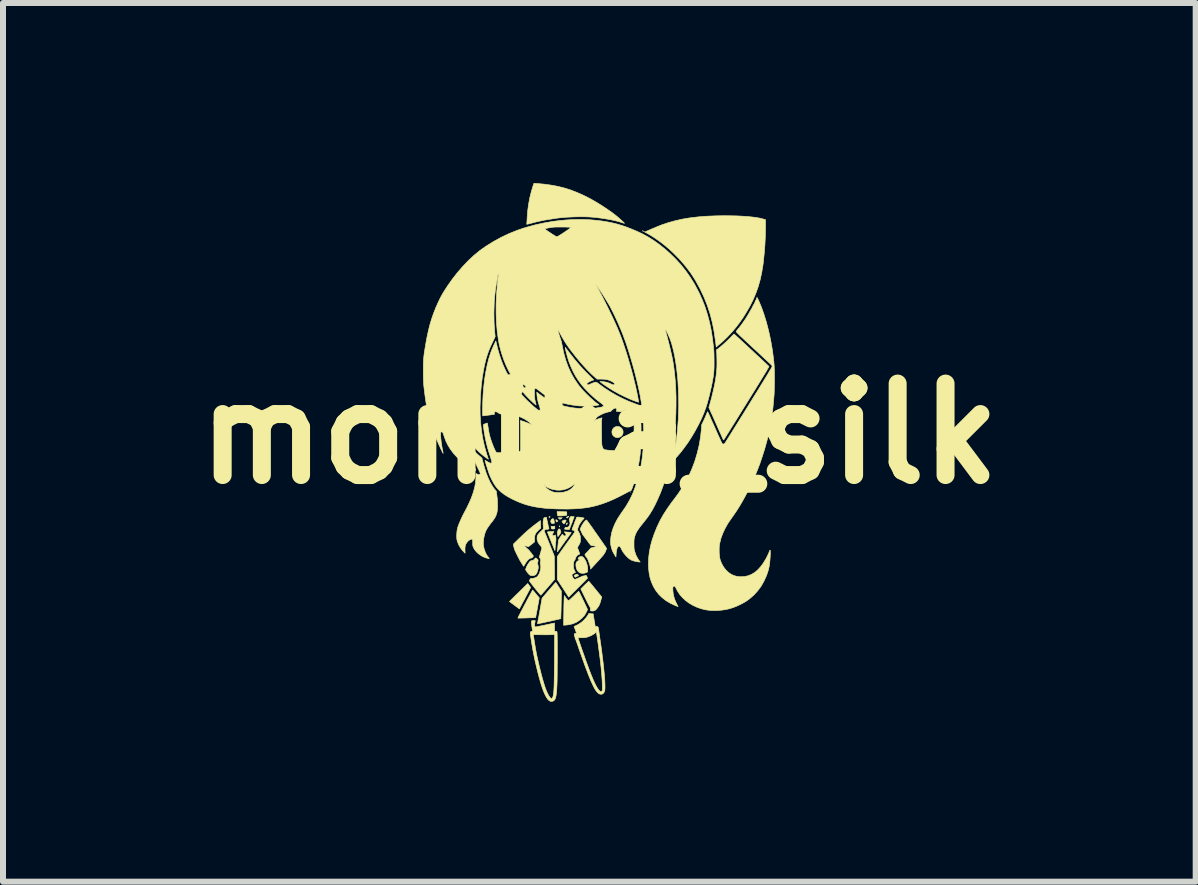
<source format=kicad_pcb>
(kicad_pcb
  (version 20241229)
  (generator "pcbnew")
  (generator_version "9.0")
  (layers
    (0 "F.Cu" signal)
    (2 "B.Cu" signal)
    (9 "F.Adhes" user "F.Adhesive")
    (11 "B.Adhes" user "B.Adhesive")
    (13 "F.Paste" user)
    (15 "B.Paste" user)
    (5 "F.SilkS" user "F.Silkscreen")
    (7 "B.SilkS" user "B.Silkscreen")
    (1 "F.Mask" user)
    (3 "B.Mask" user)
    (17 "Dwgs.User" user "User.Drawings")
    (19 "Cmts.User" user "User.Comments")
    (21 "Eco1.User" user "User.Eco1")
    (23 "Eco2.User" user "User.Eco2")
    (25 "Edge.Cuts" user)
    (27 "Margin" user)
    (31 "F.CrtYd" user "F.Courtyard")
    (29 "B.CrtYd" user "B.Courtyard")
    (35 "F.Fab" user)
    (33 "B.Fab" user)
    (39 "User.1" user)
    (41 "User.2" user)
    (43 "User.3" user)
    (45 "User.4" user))
  (footprint "monika_silk"
    (layer "F.Cu")
    (at 6.938 4.177)
    (property "Reference" "monika_silk" (at 0 0 0) (layer "F.SilkS") (effects (font (size 1.524 1.524) (thickness 0.3))))
    (attr through_hole)
    (fp_poly (pts (xy 0.523 0.973) (xy 0.521 0.975) (xy 0.518 0.973) (xy 0.521 0.97) (xy 0.523 0.973)) (stroke (width 0.01) (type solid)) (fill yes) (layer "F.SilkS"))
    (fp_poly (pts (xy 0.721 -3.381) (xy 0.719 -3.378) (xy 0.716 -3.381) (xy 0.719 -3.383) (xy 0.721 -3.381)) (stroke (width 0.01) (type solid)) (fill yes) (layer "F.SilkS"))
    (fp_poly (pts (xy 0.732 -3.376) (xy 0.729 -3.373) (xy 0.726 -3.376) (xy 0.729 -3.378) (xy 0.732 -3.376)) (stroke (width 0.01) (type solid)) (fill yes) (layer "F.SilkS"))
    (fp_poly (pts (xy 0.742 -3.371) (xy 0.739 -3.368) (xy 0.737 -3.371) (xy 0.739 -3.373) (xy 0.742 -3.371)) (stroke (width 0.01) (type solid)) (fill yes) (layer "F.SilkS"))
    (fp_poly (pts (xy 0.752 -3.365) (xy 0.749 -3.363) (xy 0.747 -3.365) (xy 0.749 -3.368) (xy 0.752 -3.365)) (stroke (width 0.01) (type solid)) (fill yes) (layer "F.SilkS"))
    (fp_poly (pts (xy 2.631 -2.273) (xy 2.629 -2.271) (xy 2.626 -2.273) (xy 2.629 -2.276) (xy 2.631 -2.273)) (stroke (width 0.01) (type solid)) (fill yes) (layer "F.SilkS"))
    (fp_poly (pts (xy -0.661 1.541) (xy -0.66 1.543) (xy -0.662 1.553) (xy -0.665 1.553) (xy -0.667 1.55) (xy -0.667 1.543) (xy -0.665 1.539) (xy -0.662 1.535) (xy -0.661 1.541)) (stroke (width 0.01) (type solid)) (fill yes) (layer "F.SilkS"))
    (fp_poly (pts (xy -0.636 1.415) (xy -0.648 1.422) (xy -0.655 1.427) (xy -0.656 1.427) (xy -0.661 1.424) (xy -0.67 1.417) (xy -0.672 1.415) (xy -0.686 1.402) (xy -0.617 1.402) (xy -0.636 1.415)) (stroke (width 0.01) (type solid)) (fill yes) (layer "F.SilkS"))
    (fp_poly (pts (xy -0.821 1.383) (xy -0.821 1.386) (xy -0.823 1.389) (xy -0.83 1.396) (xy -0.833 1.397) (xy -0.838 1.393) (xy -0.84 1.389) (xy -0.839 1.384) (xy -0.831 1.382) (xy -0.83 1.382) (xy -0.821 1.383)) (stroke (width 0.01) (type solid)) (fill yes) (layer "F.SilkS"))
    (fp_poly (pts (xy -0.519 1.389) (xy -0.526 1.399) (xy -0.53 1.405) (xy -0.53 1.405) (xy -0.535 1.404) (xy -0.542 1.4) (xy -0.548 1.396) (xy -0.548 1.393) (xy -0.541 1.389) (xy -0.531 1.384) (xy -0.509 1.374) (xy -0.519 1.389)) (stroke (width 0.01) (type solid)) (fill yes) (layer "F.SilkS"))
    (fp_poly (pts (xy -0.534 1.492) (xy -0.536 1.503) (xy -0.542 1.511) (xy -0.546 1.514) (xy -0.553 1.511) (xy -0.554 1.509) (xy -0.55 1.504) (xy -0.549 1.504) (xy -0.545 1.499) (xy -0.542 1.492) (xy -0.538 1.485) (xy -0.536 1.485) (xy -0.534 1.492)) (stroke (width 0.01) (type solid)) (fill yes) (layer "F.SilkS"))
    (fp_poly (pts (xy -0.717 1.435) (xy -0.707 1.442) (xy -0.697 1.45) (xy -0.691 1.456) (xy -0.691 1.457) (xy -0.695 1.462) (xy -0.704 1.467) (xy -0.714 1.471) (xy -0.718 1.468) (xy -0.719 1.467) (xy -0.722 1.456) (xy -0.724 1.444) (xy -0.724 1.435) (xy -0.723 1.433) (xy -0.717 1.435)) (stroke (width 0.01) (type solid)) (fill yes) (layer "F.SilkS"))
    (fp_poly (pts (xy -0.363 2.348) (xy -0.351 2.355) (xy -0.348 2.361) (xy -0.354 2.368) (xy -0.369 2.377) (xy -0.373 2.379) (xy -0.401 2.392) (xy -0.411 2.379) (xy -0.418 2.369) (xy -0.418 2.363) (xy -0.411 2.357) (xy -0.397 2.35) (xy -0.383 2.344) (xy -0.373 2.344) (xy -0.363 2.348)) (stroke (width 0.01) (type solid)) (fill yes) (layer "F.SilkS"))
    (fp_poly (pts (xy -0.559 1.442) (xy -0.554 1.448) (xy -0.555 1.454) (xy -0.563 1.468) (xy -0.572 1.483) (xy -0.581 1.495) (xy -0.587 1.502) (xy -0.588 1.502) (xy -0.594 1.5) (xy -0.603 1.491) (xy -0.61 1.483) (xy -0.619 1.471) (xy -0.622 1.463) (xy -0.618 1.457) (xy -0.607 1.45) (xy -0.598 1.445) (xy -0.584 1.44) (xy -0.57 1.439) (xy -0.559 1.442)) (stroke (width 0.01) (type solid)) (fill yes) (layer "F.SilkS"))
    (fp_poly (pts (xy -0.765 1.42) (xy -0.759 1.428) (xy -0.755 1.445) (xy -0.753 1.453) (xy -0.751 1.472) (xy -0.75 1.484) (xy -0.75 1.491) (xy -0.753 1.494) (xy -0.754 1.495) (xy -0.766 1.498) (xy -0.782 1.498) (xy -0.795 1.493) (xy -0.799 1.49) (xy -0.808 1.475) (xy -0.81 1.458) (xy -0.807 1.446) (xy -0.798 1.428) (xy -0.784 1.419) (xy -0.773 1.417) (xy -0.765 1.42)) (stroke (width 0.01) (type solid)) (fill yes) (layer "F.SilkS"))
    (fp_poly (pts (xy -0.742 1.547) (xy -0.742 1.561) (xy -0.742 1.561) (xy -0.743 1.576) (xy -0.746 1.584) (xy -0.751 1.587) (xy -0.764 1.589) (xy -0.778 1.589) (xy -0.79 1.587) (xy -0.797 1.584) (xy -0.798 1.583) (xy -0.802 1.563) (xy -0.805 1.553) (xy -0.806 1.548) (xy -0.802 1.545) (xy -0.79 1.544) (xy -0.783 1.544) (xy -0.767 1.544) (xy -0.754 1.542) (xy -0.75 1.541) (xy -0.745 1.541) (xy -0.742 1.547)) (stroke (width 0.01) (type solid)) (fill yes) (layer "F.SilkS"))
    (fp_poly (pts (xy -1.488 -0.072) (xy -1.467 -0.058) (xy -1.45 -0.039) (xy -1.438 -0.017) (xy -1.433 0.008) (xy -1.435 0.035) (xy -1.445 0.061) (xy -1.454 0.074) (xy -1.471 0.089) (xy -1.493 0.1) (xy -1.518 0.106) (xy -1.527 0.106) (xy -1.545 0.104) (xy -1.564 0.099) (xy -1.568 0.097) (xy -1.591 0.081) (xy -1.608 0.06) (xy -1.617 0.036) (xy -1.62 0.009) (xy -1.615 -0.017) (xy -1.603 -0.041) (xy -1.584 -0.061) (xy -1.568 -0.071) (xy -1.54 -0.08) (xy -1.513 -0.08) (xy -1.488 -0.072)) (stroke (width 0.01) (type solid)) (fill yes) (layer "F.SilkS"))
    (fp_poly (pts (xy -0.663 1.59) (xy -0.66 1.59) (xy -0.657 1.594) (xy -0.651 1.606) (xy -0.648 1.616) (xy -0.643 1.631) (xy -0.642 1.641) (xy -0.645 1.651) (xy -0.652 1.663) (xy -0.661 1.678) (xy -0.669 1.689) (xy -0.672 1.693) (xy -0.68 1.703) (xy -0.685 1.709) (xy -0.689 1.715) (xy -0.691 1.714) (xy -0.693 1.706) (xy -0.694 1.699) (xy -0.698 1.672) (xy -0.7 1.65) (xy -0.697 1.632) (xy -0.69 1.613) (xy -0.682 1.595) (xy -0.675 1.588) (xy -0.672 1.587) (xy -0.663 1.59)) (stroke (width 0.01) (type solid)) (fill yes) (layer "F.SilkS"))
    (fp_poly (pts (xy -0.625 1.3) (xy -0.598 1.301) (xy -0.575 1.301) (xy -0.557 1.302) (xy -0.547 1.302) (xy -0.545 1.303) (xy -0.544 1.308) (xy -0.543 1.32) (xy -0.543 1.331) (xy -0.542 1.347) (xy -0.543 1.355) (xy -0.548 1.36) (xy -0.556 1.362) (xy -0.568 1.365) (xy -0.587 1.367) (xy -0.609 1.368) (xy -0.633 1.37) (xy -0.656 1.37) (xy -0.675 1.37) (xy -0.689 1.369) (xy -0.694 1.368) (xy -0.697 1.361) (xy -0.7 1.347) (xy -0.702 1.331) (xy -0.704 1.298) (xy -0.625 1.3)) (stroke (width 0.01) (type solid)) (fill yes) (layer "F.SilkS"))
    (fp_poly (pts (xy 0.34 -0.113) (xy 0.362 -0.099) (xy 0.379 -0.08) (xy 0.391 -0.057) (xy 0.396 -0.032) (xy 0.394 -0.006) (xy 0.383 0.021) (xy 0.375 0.033) (xy 0.358 0.048) (xy 0.335 0.059) (xy 0.311 0.065) (xy 0.302 0.066) (xy 0.284 0.064) (xy 0.265 0.058) (xy 0.261 0.056) (xy 0.238 0.041) (xy 0.221 0.02) (xy 0.212 -0.005) (xy 0.209 -0.031) (xy 0.214 -0.057) (xy 0.226 -0.081) (xy 0.244 -0.101) (xy 0.26 -0.111) (xy 0.289 -0.12) (xy 0.316 -0.12) (xy 0.34 -0.113)) (stroke (width 0.01) (type solid)) (fill yes) (layer "F.SilkS"))
    (fp_poly (pts (xy -1.183 2.51) (xy -1.174 2.522) (xy -1.163 2.537) (xy -1.159 2.543) (xy -1.144 2.563) (xy -1.23 2.726) (xy -1.25 2.764) (xy -1.269 2.799) (xy -1.287 2.832) (xy -1.301 2.86) (xy -1.313 2.882) (xy -1.321 2.897) (xy -1.325 2.904) (xy -1.333 2.92) (xy -1.414 2.86) (xy -1.439 2.841) (xy -1.461 2.825) (xy -1.479 2.811) (xy -1.491 2.802) (xy -1.497 2.798) (xy -1.497 2.797) (xy -1.494 2.794) (xy -1.484 2.783) (xy -1.469 2.768) (xy -1.448 2.747) (xy -1.423 2.722) (xy -1.395 2.694) (xy -1.363 2.664) (xy -1.346 2.647) (xy -1.193 2.497) (xy -1.183 2.51)) (stroke (width 0.01) (type solid)) (fill yes) (layer "F.SilkS"))
    (fp_poly (pts (xy -1.046 2.081) (xy -1.029 2.094) (xy -1.021 2.108) (xy -1.022 2.126) (xy -1.025 2.137) (xy -1.03 2.15) (xy -1.031 2.161) (xy -1.028 2.173) (xy -1.024 2.185) (xy -1.018 2.212) (xy -1.018 2.242) (xy -1.026 2.276) (xy -1.031 2.294) (xy -1.041 2.319) (xy -1.05 2.336) (xy -1.062 2.349) (xy -1.073 2.357) (xy -1.094 2.365) (xy -1.119 2.367) (xy -1.142 2.364) (xy -1.156 2.358) (xy -1.174 2.343) (xy -1.195 2.318) (xy -1.216 2.288) (xy -1.23 2.267) (xy -1.22 2.236) (xy -1.212 2.215) (xy -1.199 2.191) (xy -1.184 2.167) (xy -1.169 2.145) (xy -1.155 2.128) (xy -1.15 2.124) (xy -1.135 2.116) (xy -1.12 2.113) (xy -1.107 2.111) (xy -1.095 2.104) (xy -1.083 2.092) (xy -1.063 2.071) (xy -1.046 2.081)) (stroke (width 0.01) (type solid)) (fill yes) (layer "F.SilkS"))
    (fp_poly (pts (xy -0.289 2.048) (xy -0.278 2.053) (xy -0.265 2.064) (xy -0.263 2.066) (xy -0.243 2.093) (xy -0.224 2.127) (xy -0.21 2.166) (xy -0.199 2.206) (xy -0.194 2.245) (xy -0.194 2.263) (xy -0.196 2.304) (xy -0.218 2.315) (xy -0.243 2.324) (xy -0.271 2.327) (xy -0.3 2.326) (xy -0.324 2.319) (xy -0.331 2.315) (xy -0.356 2.294) (xy -0.374 2.266) (xy -0.386 2.232) (xy -0.391 2.193) (xy -0.391 2.188) (xy -0.389 2.162) (xy -0.382 2.142) (xy -0.369 2.128) (xy -0.351 2.117) (xy -0.337 2.11) (xy -0.327 2.104) (xy -0.325 2.102) (xy -0.33 2.098) (xy -0.34 2.095) (xy -0.34 2.095) (xy -0.352 2.09) (xy -0.355 2.082) (xy -0.348 2.07) (xy -0.341 2.062) (xy -0.328 2.052) (xy -0.314 2.048) (xy -0.304 2.047) (xy -0.289 2.048)) (stroke (width 0.01) (type solid)) (fill yes) (layer "F.SilkS"))
    (fp_poly (pts (xy -0.173 2.463) (xy -0.163 2.473) (xy -0.149 2.49) (xy -0.131 2.512) (xy -0.109 2.538) (xy -0.085 2.568) (xy -0.067 2.59) (xy 0.04 2.722) (xy 0.028 2.767) (xy 0.017 2.804) (xy 0.008 2.834) (xy -0.003 2.858) (xy -0.015 2.88) (xy -0.031 2.902) (xy -0.045 2.92) (xy -0.066 2.941) (xy -0.091 2.953) (xy -0.119 2.956) (xy -0.14 2.953) (xy -0.146 2.951) (xy -0.149 2.945) (xy -0.149 2.933) (xy -0.149 2.923) (xy -0.149 2.908) (xy -0.15 2.899) (xy -0.151 2.898) (xy -0.154 2.895) (xy -0.161 2.883) (xy -0.171 2.864) (xy -0.185 2.839) (xy -0.2 2.809) (xy -0.217 2.775) (xy -0.232 2.745) (xy -0.309 2.588) (xy -0.245 2.523) (xy -0.224 2.503) (xy -0.205 2.485) (xy -0.191 2.471) (xy -0.181 2.462) (xy -0.177 2.459) (xy -0.173 2.463)) (stroke (width 0.01) (type solid)) (fill yes) (layer "F.SilkS"))
    (fp_poly (pts (xy -1.108 2.61) (xy -1.099 2.62) (xy -1.085 2.636) (xy -1.069 2.655) (xy -1.055 2.672) (xy -1.001 2.737) (xy -1.031 2.9) (xy -1.038 2.94) (xy -1.045 2.976) (xy -1.051 3.007) (xy -1.056 3.033) (xy -1.059 3.052) (xy -1.062 3.063) (xy -1.062 3.065) (xy -1.068 3.066) (xy -1.082 3.067) (xy -1.104 3.068) (xy -1.132 3.068) (xy -1.165 3.069) (xy -1.202 3.07) (xy -1.211 3.071) (xy -1.357 3.074) (xy -1.354 3.064) (xy -1.351 3.057) (xy -1.344 3.042) (xy -1.333 3.021) (xy -1.319 2.994) (xy -1.303 2.962) (xy -1.284 2.928) (xy -1.265 2.89) (xy -1.244 2.851) (xy -1.223 2.812) (xy -1.203 2.773) (xy -1.183 2.736) (xy -1.165 2.702) (xy -1.148 2.671) (xy -1.134 2.645) (xy -1.123 2.625) (xy -1.116 2.612) (xy -1.112 2.606) (xy -1.112 2.606) (xy -1.108 2.61)) (stroke (width 0.01) (type solid)) (fill yes) (layer "F.SilkS"))
    (fp_poly (pts (xy -0.723 2.483) (xy -0.715 2.494) (xy -0.704 2.512) (xy -0.69 2.533) (xy -0.678 2.552) (xy -0.632 2.624) (xy -0.636 2.852) (xy -0.637 2.9) (xy -0.638 2.944) (xy -0.639 2.983) (xy -0.64 3.018) (xy -0.641 3.046) (xy -0.642 3.067) (xy -0.642 3.079) (xy -0.643 3.083) (xy -0.648 3.084) (xy -0.662 3.088) (xy -0.683 3.093) (xy -0.709 3.099) (xy -0.74 3.106) (xy -0.774 3.114) (xy -0.81 3.122) (xy -0.846 3.13) (xy -0.88 3.137) (xy -0.912 3.144) (xy -0.94 3.151) (xy -0.963 3.155) (xy -0.978 3.158) (xy -0.984 3.159) (xy -1.001 3.163) (xy -1.016 3.166) (xy -1.021 3.167) (xy -1.029 3.169) (xy -1.031 3.164) (xy -1.03 3.159) (xy -1.028 3.152) (xy -1.025 3.135) (xy -1.021 3.111) (xy -1.015 3.08) (xy -1.008 3.044) (xy -1.001 3.004) (xy -0.993 2.96) (xy -0.99 2.944) (xy -0.954 2.741) (xy -0.842 2.61) (xy -0.815 2.579) (xy -0.791 2.551) (xy -0.769 2.526) (xy -0.751 2.505) (xy -0.737 2.49) (xy -0.729 2.481) (xy -0.727 2.479) (xy -0.723 2.483)) (stroke (width 0.01) (type solid)) (fill yes) (layer "F.SilkS"))
    (fp_poly (pts (xy -0.34 2.633) (xy -0.333 2.646) (xy -0.322 2.666) (xy -0.31 2.692) (xy -0.296 2.72) (xy -0.281 2.752) (xy -0.265 2.784) (xy -0.25 2.816) (xy -0.235 2.847) (xy -0.222 2.875) (xy -0.211 2.898) (xy -0.203 2.916) (xy -0.199 2.927) (xy -0.198 2.929) (xy -0.2 2.937) (xy -0.206 2.951) (xy -0.215 2.97) (xy -0.222 2.984) (xy -0.237 3.011) (xy -0.253 3.034) (xy -0.273 3.056) (xy -0.287 3.071) (xy -0.335 3.112) (xy -0.387 3.145) (xy -0.443 3.168) (xy -0.504 3.183) (xy -0.551 3.189) (xy -0.596 3.192) (xy -0.592 2.969) (xy -0.592 2.921) (xy -0.591 2.876) (xy -0.59 2.834) (xy -0.589 2.797) (xy -0.588 2.766) (xy -0.587 2.742) (xy -0.586 2.726) (xy -0.586 2.721) (xy -0.583 2.697) (xy -0.56 2.731) (xy -0.545 2.753) (xy -0.534 2.767) (xy -0.525 2.775) (xy -0.516 2.778) (xy -0.511 2.779) (xy -0.503 2.775) (xy -0.489 2.764) (xy -0.47 2.746) (xy -0.444 2.722) (xy -0.423 2.702) (xy -0.4 2.679) (xy -0.38 2.659) (xy -0.363 2.643) (xy -0.351 2.632) (xy -0.344 2.627) (xy -0.343 2.627) (xy -0.34 2.633)) (stroke (width 0.01) (type solid)) (fill yes) (layer "F.SilkS"))
    (fp_poly (pts (xy -0.775 1.631) (xy -0.762 1.632) (xy -0.757 1.634) (xy -0.757 1.634) (xy -0.76 1.64) (xy -0.767 1.65) (xy -0.77 1.654) (xy -0.779 1.671) (xy -0.78 1.685) (xy -0.776 1.696) (xy -0.766 1.701) (xy -0.752 1.699) (xy -0.747 1.696) (xy -0.733 1.688) (xy -0.727 1.717) (xy -0.724 1.739) (xy -0.723 1.765) (xy -0.724 1.779) (xy -0.726 1.799) (xy -0.728 1.818) (xy -0.729 1.829) (xy -0.73 1.844) (xy -0.733 1.863) (xy -0.734 1.88) (xy -0.736 1.9) (xy -0.737 1.918) (xy -0.737 1.929) (xy -0.738 1.942) (xy -0.742 1.945) (xy -0.747 1.939) (xy -0.75 1.932) (xy -0.753 1.921) (xy -0.754 1.915) (xy -0.757 1.909) (xy -0.761 1.901) (xy -0.765 1.893) (xy -0.764 1.89) (xy -0.764 1.887) (xy -0.766 1.883) (xy -0.77 1.876) (xy -0.776 1.862) (xy -0.785 1.843) (xy -0.79 1.829) (xy -0.799 1.807) (xy -0.807 1.786) (xy -0.813 1.771) (xy -0.815 1.765) (xy -0.821 1.751) (xy -0.828 1.733) (xy -0.831 1.727) (xy -0.837 1.71) (xy -0.843 1.696) (xy -0.844 1.692) (xy -0.851 1.676) (xy -0.855 1.666) (xy -0.86 1.653) (xy -0.864 1.645) (xy -0.865 1.639) (xy -0.86 1.636) (xy -0.849 1.634) (xy -0.832 1.633) (xy -0.812 1.632) (xy -0.792 1.631) (xy -0.775 1.631)) (stroke (width 0.01) (type solid)) (fill yes) (layer "F.SilkS"))
    (fp_poly (pts (xy -0.47 1.379) (xy -0.46 1.381) (xy -0.444 1.382) (xy -0.439 1.382) (xy -0.425 1.382) (xy -0.42 1.384) (xy -0.42 1.389) (xy -0.421 1.391) (xy -0.428 1.406) (xy -0.434 1.423) (xy -0.435 1.425) (xy -0.437 1.433) (xy -0.442 1.445) (xy -0.442 1.445) (xy -0.446 1.456) (xy -0.448 1.462) (xy -0.448 1.462) (xy -0.449 1.467) (xy -0.454 1.478) (xy -0.455 1.482) (xy -0.464 1.503) (xy -0.47 1.517) (xy -0.473 1.525) (xy -0.475 1.53) (xy -0.475 1.532) (xy -0.478 1.54) (xy -0.483 1.552) (xy -0.483 1.552) (xy -0.488 1.563) (xy -0.49 1.571) (xy -0.493 1.579) (xy -0.495 1.586) (xy -0.499 1.595) (xy -0.507 1.599) (xy -0.517 1.599) (xy -0.535 1.598) (xy -0.55 1.595) (xy -0.55 1.595) (xy -0.563 1.593) (xy -0.572 1.593) (xy -0.578 1.593) (xy -0.578 1.586) (xy -0.574 1.573) (xy -0.57 1.564) (xy -0.562 1.561) (xy -0.549 1.56) (xy -0.546 1.56) (xy -0.529 1.558) (xy -0.516 1.552) (xy -0.508 1.545) (xy -0.495 1.525) (xy -0.489 1.499) (xy -0.491 1.47) (xy -0.495 1.455) (xy -0.5 1.438) (xy -0.502 1.426) (xy -0.499 1.415) (xy -0.498 1.413) (xy -0.493 1.402) (xy -0.488 1.397) (xy -0.488 1.397) (xy -0.483 1.393) (xy -0.481 1.386) (xy -0.476 1.378) (xy -0.47 1.379)) (stroke (width 0.01) (type solid)) (fill yes) (layer "F.SilkS"))
    (fp_poly (pts (xy 2.189 -3.631) (xy 2.293 -3.629) (xy 2.388 -3.624) (xy 2.475 -3.618) (xy 2.553 -3.61) (xy 2.622 -3.601) (xy 2.681 -3.59) (xy 2.731 -3.577) (xy 2.735 -3.576) (xy 2.769 -3.566) (xy 2.769 -3.43) (xy 2.766 -3.29) (xy 2.759 -3.144) (xy 2.747 -2.997) (xy 2.732 -2.852) (xy 2.728 -2.819) (xy 2.707 -2.691) (xy 2.681 -2.569) (xy 2.648 -2.451) (xy 2.607 -2.337) (xy 2.559 -2.224) (xy 2.502 -2.112) (xy 2.436 -2) (xy 2.395 -1.935) (xy 2.336 -1.85) (xy 2.272 -1.767) (xy 2.204 -1.687) (xy 2.135 -1.613) (xy 2.065 -1.545) (xy 2.019 -1.505) (xy 2 -1.489) (xy 1.982 -1.474) (xy 1.968 -1.462) (xy 1.961 -1.456) (xy 1.948 -1.444) (xy 1.936 -1.541) (xy 1.913 -1.699) (xy 1.883 -1.851) (xy 1.845 -1.998) (xy 1.798 -2.14) (xy 1.743 -2.278) (xy 1.679 -2.413) (xy 1.607 -2.545) (xy 1.593 -2.569) (xy 1.519 -2.683) (xy 1.435 -2.793) (xy 1.342 -2.901) (xy 1.239 -3.006) (xy 1.154 -3.085) (xy 1.061 -3.162) (xy 0.968 -3.231) (xy 0.876 -3.292) (xy 0.812 -3.33) (xy 0.758 -3.36) (xy 0.784 -3.372) (xy 0.81 -3.384) (xy 0.843 -3.398) (xy 0.881 -3.415) (xy 0.921 -3.431) (xy 0.961 -3.448) (xy 0.998 -3.463) (xy 1.03 -3.476) (xy 1.046 -3.482) (xy 1.153 -3.518) (xy 1.266 -3.549) (xy 1.387 -3.576) (xy 1.514 -3.597) (xy 1.65 -3.613) (xy 1.793 -3.624) (xy 1.945 -3.63) (xy 2.078 -3.632) (xy 2.189 -3.631)) (stroke (width 0.01) (type solid)) (fill yes) (layer "F.SilkS"))
    (fp_poly (pts (xy -0.979 1.51) (xy -0.976 1.572) (xy -1.016 1.61) (xy -1.04 1.635) (xy -1.058 1.657) (xy -1.069 1.679) (xy -1.076 1.702) (xy -1.079 1.729) (xy -1.08 1.752) (xy -1.08 1.804) (xy -1.18 1.883) (xy -1.21 1.875) (xy -1.226 1.871) (xy -1.238 1.87) (xy -1.243 1.871) (xy -1.242 1.877) (xy -1.235 1.886) (xy -1.226 1.894) (xy -1.203 1.915) (xy -1.186 1.93) (xy -1.175 1.941) (xy -1.167 1.949) (xy -1.162 1.955) (xy -1.158 1.961) (xy -1.149 1.973) (xy -1.142 1.981) (xy -1.135 1.988) (xy -1.133 1.992) (xy -1.13 1.999) (xy -1.124 2.006) (xy -1.109 2.024) (xy -1.1 2.036) (xy -1.101 2.044) (xy -1.107 2.054) (xy -1.118 2.064) (xy -1.129 2.071) (xy -1.137 2.073) (xy -1.156 2.077) (xy -1.177 2.092) (xy -1.2 2.116) (xy -1.225 2.15) (xy -1.24 2.176) (xy -1.25 2.192) (xy -1.257 2.204) (xy -1.262 2.21) (xy -1.262 2.21) (xy -1.265 2.206) (xy -1.273 2.195) (xy -1.282 2.179) (xy -1.288 2.17) (xy -1.3 2.151) (xy -1.31 2.134) (xy -1.318 2.121) (xy -1.32 2.118) (xy -1.325 2.11) (xy -1.333 2.094) (xy -1.344 2.073) (xy -1.357 2.048) (xy -1.37 2.022) (xy -1.383 1.996) (xy -1.394 1.972) (xy -1.404 1.952) (xy -1.409 1.94) (xy -1.415 1.925) (xy -1.419 1.91) (xy -1.419 1.909) (xy -1.422 1.897) (xy -1.424 1.891) (xy -1.426 1.884) (xy -1.429 1.87) (xy -1.429 1.863) (xy -1.432 1.84) (xy -1.345 1.755) (xy -1.296 1.708) (xy -1.253 1.667) (xy -1.213 1.631) (xy -1.176 1.598) (xy -1.138 1.567) (xy -1.099 1.536) (xy -1.057 1.504) (xy -1.021 1.477) (xy -0.982 1.448) (xy -0.979 1.51)) (stroke (width 0.01) (type solid)) (fill yes) (layer "F.SilkS"))
    (fp_poly (pts (xy -1.042 -4.169) (xy -0.919 -4.158) (xy -0.804 -4.142) (xy -0.695 -4.122) (xy -0.59 -4.096) (xy -0.487 -4.064) (xy -0.385 -4.025) (xy -0.281 -3.98) (xy -0.203 -3.942) (xy -0.139 -3.908) (xy -0.071 -3.869) (xy -0.001 -3.827) (xy 0.068 -3.783) (xy 0.135 -3.738) (xy 0.199 -3.694) (xy 0.257 -3.65) (xy 0.307 -3.61) (xy 0.309 -3.608) (xy 0.334 -3.586) (xy 0.358 -3.565) (xy 0.379 -3.546) (xy 0.397 -3.529) (xy 0.41 -3.516) (xy 0.417 -3.508) (xy 0.418 -3.505) (xy 0.41 -3.507) (xy 0.397 -3.511) (xy 0.391 -3.513) (xy 0.334 -3.531) (xy 0.269 -3.548) (xy 0.196 -3.564) (xy 0.117 -3.578) (xy 0.033 -3.591) (xy -0.055 -3.602) (xy -0.086 -3.605) (xy -0.153 -3.611) (xy -0.226 -3.614) (xy -0.305 -3.615) (xy -0.386 -3.614) (xy -0.467 -3.611) (xy -0.547 -3.607) (xy -0.624 -3.601) (xy -0.694 -3.593) (xy -0.749 -3.585) (xy -0.764 -3.582) (xy -0.783 -3.58) (xy -0.787 -3.579) (xy -0.818 -3.574) (xy -0.839 -3.571) (xy -0.848 -3.569) (xy -0.858 -3.567) (xy -0.873 -3.565) (xy -0.881 -3.564) (xy -0.896 -3.562) (xy -0.916 -3.558) (xy -0.938 -3.554) (xy -0.961 -3.549) (xy -0.981 -3.545) (xy -0.996 -3.541) (xy -1.005 -3.539) (xy -1.005 -3.539) (xy -1.012 -3.537) (xy -1.025 -3.534) (xy -1.029 -3.533) (xy -1.039 -3.532) (xy -1.051 -3.529) (xy -1.067 -3.525) (xy -1.088 -3.52) (xy -1.116 -3.512) (xy -1.153 -3.502) (xy -1.153 -3.502) (xy -1.172 -3.497) (xy -1.188 -3.493) (xy -1.195 -3.492) (xy -1.21 -3.489) (xy -1.207 -3.529) (xy -1.205 -3.552) (xy -1.204 -3.581) (xy -1.202 -3.61) (xy -1.201 -3.622) (xy -1.193 -3.724) (xy -1.178 -3.829) (xy -1.159 -3.932) (xy -1.134 -4.032) (xy -1.109 -4.117) (xy -1.09 -4.172) (xy -1.042 -4.169)) (stroke (width 0.01) (type solid)) (fill yes) (layer "F.SilkS"))
    (fp_poly (pts (xy -0.553 1.638) (xy -0.531 1.64) (xy -0.508 1.642) (xy -0.496 1.644) (xy -0.479 1.645) (xy -0.47 1.648) (xy -0.469 1.651) (xy -0.474 1.657) (xy -0.475 1.658) (xy -0.481 1.666) (xy -0.483 1.67) (xy -0.486 1.676) (xy -0.494 1.686) (xy -0.495 1.688) (xy -0.504 1.698) (xy -0.508 1.705) (xy -0.508 1.705) (xy -0.511 1.712) (xy -0.519 1.721) (xy -0.521 1.723) (xy -0.529 1.733) (xy -0.533 1.74) (xy -0.533 1.741) (xy -0.537 1.747) (xy -0.544 1.757) (xy -0.546 1.759) (xy -0.554 1.769) (xy -0.559 1.777) (xy -0.559 1.778) (xy -0.563 1.784) (xy -0.566 1.786) (xy -0.573 1.792) (xy -0.574 1.795) (xy -0.577 1.802) (xy -0.585 1.813) (xy -0.587 1.815) (xy -0.595 1.825) (xy -0.599 1.832) (xy -0.599 1.832) (xy -0.603 1.839) (xy -0.61 1.848) (xy -0.612 1.85) (xy -0.62 1.86) (xy -0.625 1.867) (xy -0.625 1.868) (xy -0.628 1.874) (xy -0.636 1.884) (xy -0.638 1.886) (xy -0.646 1.896) (xy -0.65 1.903) (xy -0.65 1.904) (xy -0.653 1.909) (xy -0.661 1.92) (xy -0.666 1.925) (xy -0.676 1.937) (xy -0.684 1.947) (xy -0.686 1.949) (xy -0.69 1.958) (xy -0.691 1.96) (xy -0.695 1.967) (xy -0.696 1.969) (xy -0.699 1.967) (xy -0.7 1.957) (xy -0.699 1.95) (xy -0.696 1.931) (xy -0.694 1.909) (xy -0.693 1.9) (xy -0.69 1.867) (xy -0.686 1.829) (xy -0.684 1.803) (xy -0.682 1.788) (xy -0.681 1.778) (xy -0.678 1.77) (xy -0.671 1.756) (xy -0.66 1.739) (xy -0.648 1.72) (xy -0.636 1.702) (xy -0.625 1.686) (xy -0.617 1.677) (xy -0.613 1.679) (xy -0.604 1.687) (xy -0.6 1.691) (xy -0.586 1.703) (xy -0.574 1.706) (xy -0.564 1.701) (xy -0.562 1.699) (xy -0.555 1.691) (xy -0.555 1.682) (xy -0.56 1.67) (xy -0.569 1.657) (xy -0.585 1.636) (xy -0.553 1.638)) (stroke (width 0.01) (type solid)) (fill yes) (layer "F.SilkS"))
    (fp_poly (pts (xy -0.209 1.443) (xy -0.2 1.455) (xy -0.186 1.474) (xy -0.168 1.498) (xy -0.147 1.528) (xy -0.122 1.562) (xy -0.096 1.6) (xy -0.068 1.64) (xy -0.065 1.644) (xy -0.036 1.685) (xy -0.008 1.725) (xy 0.018 1.763) (xy 0.041 1.796) (xy 0.062 1.826) (xy 0.078 1.85) (xy 0.091 1.867) (xy 0.098 1.877) (xy 0.108 1.893) (xy 0.116 1.905) (xy 0.12 1.913) (xy 0.12 1.913) (xy 0.119 1.921) (xy 0.114 1.933) (xy 0.113 1.936) (xy 0.108 1.948) (xy 0.105 1.955) (xy 0.105 1.956) (xy 0.102 1.965) (xy 0.096 1.977) (xy 0.089 1.99) (xy 0.083 1.999) (xy 0.081 2.002) (xy 0.076 2.005) (xy 0.076 2.007) (xy 0.073 2.015) (xy 0.07 2.019) (xy 0.063 2.027) (xy 0.053 2.039) (xy 0.043 2.05) (xy 0.015 2.082) (xy -0.02 2.121) (xy -0.062 2.166) (xy -0.08 2.186) (xy -0.1 2.207) (xy -0.116 2.225) (xy -0.121 2.23) (xy -0.146 2.257) (xy -0.149 2.231) (xy -0.152 2.215) (xy -0.158 2.192) (xy -0.166 2.166) (xy -0.176 2.138) (xy -0.185 2.113) (xy -0.194 2.091) (xy -0.197 2.085) (xy -0.204 2.073) (xy -0.216 2.057) (xy -0.224 2.046) (xy -0.236 2.031) (xy -0.24 2.02) (xy -0.238 2.01) (xy -0.228 1.998) (xy -0.218 1.988) (xy -0.206 1.977) (xy -0.191 1.961) (xy -0.175 1.943) (xy -0.171 1.939) (xy -0.141 1.905) (xy -0.093 1.894) (xy -0.073 1.889) (xy -0.057 1.885) (xy -0.047 1.881) (xy -0.046 1.88) (xy -0.05 1.878) (xy -0.063 1.874) (xy -0.081 1.871) (xy -0.09 1.87) (xy -0.111 1.867) (xy -0.128 1.864) (xy -0.138 1.862) (xy -0.14 1.862) (xy -0.145 1.857) (xy -0.154 1.846) (xy -0.168 1.829) (xy -0.184 1.807) (xy -0.203 1.782) (xy -0.208 1.775) (xy -0.227 1.749) (xy -0.244 1.726) (xy -0.258 1.707) (xy -0.268 1.694) (xy -0.274 1.687) (xy -0.274 1.687) (xy -0.278 1.681) (xy -0.284 1.669) (xy -0.293 1.651) (xy -0.299 1.637) (xy -0.321 1.591) (xy -0.298 1.543) (xy -0.286 1.52) (xy -0.271 1.497) (xy -0.256 1.476) (xy -0.241 1.458) (xy -0.227 1.445) (xy -0.217 1.439) (xy -0.213 1.439) (xy -0.209 1.443)) (stroke (width 0.01) (type solid)) (fill yes) (layer "F.SilkS"))
    (fp_poly (pts (xy 2.25 -1.656) (xy 2.261 -1.647) (xy 2.278 -1.631) (xy 2.301 -1.61) (xy 2.328 -1.586) (xy 2.359 -1.557) (xy 2.393 -1.525) (xy 2.43 -1.491) (xy 2.469 -1.455) (xy 2.508 -1.418) (xy 2.549 -1.381) (xy 2.589 -1.343) (xy 2.628 -1.307) (xy 2.666 -1.272) (xy 2.701 -1.239) (xy 2.733 -1.209) (xy 2.762 -1.182) (xy 2.786 -1.159) (xy 2.805 -1.141) (xy 2.819 -1.128) (xy 2.826 -1.122) (xy 2.826 -1.121) (xy 2.825 -1.116) (xy 2.819 -1.104) (xy 2.807 -1.084) (xy 2.792 -1.057) (xy 2.771 -1.022) (xy 2.745 -0.979) (xy 2.714 -0.929) (xy 2.678 -0.87) (xy 2.637 -0.803) (xy 2.591 -0.728) (xy 2.539 -0.645) (xy 2.482 -0.553) (xy 2.454 -0.508) (xy 2.409 -0.436) (xy 2.366 -0.367) (xy 2.325 -0.3) (xy 2.286 -0.237) (xy 2.249 -0.177) (xy 2.214 -0.122) (xy 2.183 -0.072) (xy 2.155 -0.027) (xy 2.13 0.012) (xy 2.11 0.045) (xy 2.093 0.071) (xy 2.081 0.09) (xy 2.074 0.101) (xy 2.072 0.104) (xy 2.068 0.102) (xy 2.062 0.093) (xy 2.058 0.086) (xy 2.055 0.078) (xy 2.047 0.061) (xy 2.037 0.038) (xy 2.024 0.008) (xy 2.008 -0.026) (xy 1.991 -0.064) (xy 1.973 -0.105) (xy 1.954 -0.148) (xy 1.935 -0.191) (xy 1.916 -0.233) (xy 1.898 -0.274) (xy 1.881 -0.312) (xy 1.865 -0.346) (xy 1.852 -0.375) (xy 1.842 -0.398) (xy 1.839 -0.405) (xy 1.825 -0.436) (xy 1.84 -0.486) (xy 1.849 -0.519) (xy 1.86 -0.559) (xy 1.872 -0.604) (xy 1.884 -0.653) (xy 1.895 -0.701) (xy 1.906 -0.748) (xy 1.915 -0.79) (xy 1.92 -0.811) (xy 1.935 -0.892) (xy 1.946 -0.967) (xy 1.954 -1.038) (xy 1.959 -1.11) (xy 1.96 -1.184) (xy 1.959 -1.252) (xy 1.958 -1.287) (xy 1.957 -1.319) (xy 1.956 -1.346) (xy 1.954 -1.368) (xy 1.953 -1.382) (xy 1.953 -1.386) (xy 1.952 -1.397) (xy 1.954 -1.401) (xy 1.955 -1.401) (xy 1.961 -1.404) (xy 1.974 -1.412) (xy 1.992 -1.426) (xy 2.015 -1.445) (xy 2.04 -1.466) (xy 2.068 -1.491) (xy 2.097 -1.517) (xy 2.126 -1.544) (xy 2.154 -1.571) (xy 2.18 -1.596) (xy 2.203 -1.62) (xy 2.212 -1.63) (xy 2.226 -1.644) (xy 2.237 -1.655) (xy 2.244 -1.66) (xy 2.246 -1.66) (xy 2.25 -1.656)) (stroke (width 0.01) (type solid)) (fill yes) (layer "F.SilkS"))
    (fp_poly (pts (xy -2.131 0.227) (xy -2.124 0.236) (xy -2.114 0.25) (xy -2.113 0.252) (xy -2.097 0.274) (xy -2.079 0.294) (xy -2.059 0.316) (xy -2.033 0.34) (xy -2.004 0.366) (xy -1.957 0.406) (xy -1.938 0.481) (xy -1.913 0.571) (xy -1.886 0.655) (xy -1.856 0.732) (xy -1.824 0.801) (xy -1.79 0.861) (xy -1.756 0.913) (xy -1.739 0.933) (xy -1.716 0.96) (xy -1.707 1.035) (xy -1.701 1.083) (xy -1.698 1.132) (xy -1.697 1.18) (xy -1.697 1.225) (xy -1.699 1.266) (xy -1.703 1.299) (xy -1.707 1.317) (xy -1.721 1.361) (xy -1.741 1.402) (xy -1.769 1.443) (xy -1.779 1.457) (xy -1.8 1.482) (xy -1.82 1.509) (xy -1.84 1.536) (xy -1.857 1.561) (xy -1.871 1.582) (xy -1.881 1.597) (xy -1.881 1.599) (xy -1.899 1.638) (xy -1.913 1.683) (xy -1.924 1.731) (xy -1.931 1.778) (xy -1.934 1.822) (xy -1.932 1.861) (xy -1.931 1.87) (xy -1.92 1.919) (xy -1.904 1.966) (xy -1.885 2.008) (xy -1.863 2.043) (xy -1.851 2.057) (xy -1.839 2.071) (xy -1.834 2.079) (xy -1.838 2.081) (xy -1.851 2.08) (xy -1.863 2.077) (xy -1.907 2.065) (xy -1.95 2.045) (xy -1.992 2.018) (xy -2.031 1.987) (xy -2.063 1.953) (xy -2.088 1.918) (xy -2.093 1.908) (xy -2.101 1.89) (xy -2.107 1.876) (xy -2.109 1.862) (xy -2.111 1.845) (xy -2.111 1.821) (xy -2.111 1.799) (xy -2.112 1.78) (xy -2.114 1.768) (xy -2.115 1.764) (xy -2.124 1.758) (xy -2.138 1.76) (xy -2.155 1.767) (xy -2.173 1.778) (xy -2.191 1.794) (xy -2.207 1.813) (xy -2.209 1.816) (xy -2.225 1.842) (xy -2.234 1.869) (xy -2.239 1.9) (xy -2.239 1.937) (xy -2.239 1.941) (xy -2.237 1.992) (xy -2.252 1.978) (xy -2.286 1.941) (xy -2.318 1.898) (xy -2.344 1.852) (xy -2.363 1.806) (xy -2.37 1.783) (xy -2.375 1.757) (xy -2.377 1.725) (xy -2.377 1.688) (xy -2.375 1.65) (xy -2.371 1.613) (xy -2.365 1.581) (xy -2.362 1.57) (xy -2.352 1.539) (xy -2.338 1.502) (xy -2.321 1.461) (xy -2.302 1.419) (xy -2.282 1.376) (xy -2.262 1.336) (xy -2.255 1.323) (xy -2.21 1.238) (xy -2.172 1.159) (xy -2.139 1.085) (xy -2.113 1.015) (xy -2.1 0.976) (xy -2.078 0.897) (xy -2.064 0.823) (xy -2.058 0.753) (xy -2.057 0.725) (xy -2.057 0.702) (xy -2.056 0.683) (xy -2.056 0.67) (xy -2.055 0.665) (xy -2.05 0.667) (xy -2.039 0.672) (xy -2.031 0.676) (xy -2.011 0.682) (xy -1.997 0.681) (xy -1.988 0.673) (xy -1.986 0.67) (xy -1.985 0.664) (xy -1.987 0.654) (xy -1.992 0.64) (xy -2.002 0.618) (xy -2.009 0.605) (xy -2.04 0.54) (xy -2.066 0.479) (xy -2.087 0.422) (xy -2.104 0.364) (xy -2.119 0.305) (xy -2.123 0.281) (xy -2.128 0.259) (xy -2.131 0.241) (xy -2.133 0.229) (xy -2.134 0.225) (xy -2.131 0.227)) (stroke (width 0.01) (type solid)) (fill yes) (layer "F.SilkS"))
    (fp_poly (pts (xy -1.074 3.115) (xy -1.069 3.117) (xy -1.069 3.123) (xy -1.069 3.123) (xy -1.076 3.157) (xy -1.079 3.184) (xy -1.078 3.205) (xy -1.072 3.217) (xy -1.062 3.221) (xy -1.054 3.22) (xy -1.038 3.217) (xy -1.015 3.212) (xy -0.986 3.206) (xy -0.953 3.199) (xy -0.917 3.192) (xy -0.913 3.191) (xy -0.876 3.183) (xy -0.842 3.176) (xy -0.812 3.169) (xy -0.788 3.164) (xy -0.77 3.16) (xy -0.761 3.159) (xy -0.761 3.158) (xy -0.747 3.156) (xy -0.747 3.224) (xy -0.747 3.251) (xy -0.746 3.27) (xy -0.745 3.282) (xy -0.743 3.289) (xy -0.74 3.293) (xy -0.737 3.294) (xy -0.726 3.296) (xy -0.721 3.294) (xy -0.713 3.294) (xy -0.708 3.297) (xy -0.707 3.299) (xy -0.706 3.304) (xy -0.705 3.312) (xy -0.704 3.323) (xy -0.703 3.339) (xy -0.703 3.36) (xy -0.702 3.386) (xy -0.702 3.419) (xy -0.701 3.459) (xy -0.701 3.506) (xy -0.701 3.561) (xy -0.701 3.625) (xy -0.701 3.699) (xy -0.701 3.71) (xy -0.701 3.812) (xy -0.702 3.904) (xy -0.702 3.987) (xy -0.703 4.061) (xy -0.704 4.127) (xy -0.706 4.185) (xy -0.709 4.236) (xy -0.711 4.281) (xy -0.715 4.319) (xy -0.719 4.351) (xy -0.724 4.378) (xy -0.729 4.4) (xy -0.736 4.418) (xy -0.743 4.432) (xy -0.751 4.443) (xy -0.761 4.45) (xy -0.771 4.456) (xy -0.782 4.46) (xy -0.784 4.46) (xy -0.806 4.461) (xy -0.819 4.458) (xy -0.84 4.446) (xy -0.861 4.424) (xy -0.883 4.391) (xy -0.905 4.35) (xy -0.928 4.298) (xy -0.951 4.236) (xy -0.974 4.165) (xy -0.997 4.085) (xy -1.021 3.995) (xy -1.047 3.888) (xy -1.071 3.788) (xy -1.091 3.691) (xy -1.11 3.594) (xy -1.127 3.494) (xy -1.143 3.388) (xy -1.143 3.387) (xy -1.148 3.356) (xy -1.148 3.35) (xy -1.102 3.35) (xy -1.099 3.363) (xy -1.098 3.371) (xy -1.095 3.388) (xy -1.091 3.412) (xy -1.087 3.441) (xy -1.081 3.475) (xy -1.077 3.5) (xy -1.068 3.557) (xy -1.059 3.608) (xy -1.05 3.657) (xy -1.04 3.705) (xy -1.029 3.755) (xy -1.017 3.808) (xy -1.003 3.868) (xy -0.99 3.922) (xy -0.967 4.013) (xy -0.945 4.094) (xy -0.924 4.165) (xy -0.904 4.228) (xy -0.884 4.281) (xy -0.864 4.326) (xy -0.845 4.362) (xy -0.827 4.39) (xy -0.822 4.396) (xy -0.808 4.41) (xy -0.797 4.414) (xy -0.787 4.409) (xy -0.777 4.393) (xy -0.777 4.392) (xy -0.773 4.381) (xy -0.769 4.367) (xy -0.766 4.351) (xy -0.763 4.331) (xy -0.76 4.306) (xy -0.758 4.277) (xy -0.756 4.242) (xy -0.754 4.201) (xy -0.753 4.154) (xy -0.752 4.099) (xy -0.751 4.037) (xy -0.75 3.966) (xy -0.749 3.887) (xy -0.748 3.798) (xy -0.748 3.769) (xy -0.746 3.344) (xy -0.765 3.348) (xy -0.775 3.349) (xy -0.794 3.35) (xy -0.82 3.351) (xy -0.852 3.351) (xy -0.888 3.352) (xy -0.927 3.351) (xy -0.943 3.351) (xy -1.102 3.35) (xy -1.148 3.35) (xy -1.15 3.333) (xy -1.151 3.317) (xy -1.149 3.307) (xy -1.144 3.3) (xy -1.136 3.297) (xy -1.127 3.294) (xy -1.116 3.291) (xy -1.113 3.285) (xy -1.115 3.275) (xy -1.122 3.234) (xy -1.128 3.186) (xy -1.13 3.162) (xy -1.132 3.141) (xy -1.132 3.129) (xy -1.131 3.122) (xy -1.127 3.119) (xy -1.122 3.117) (xy -1.109 3.115) (xy -1.092 3.114) (xy -1.088 3.114) (xy -1.074 3.115)) (stroke (width 0.01) (type solid)) (fill yes) (layer "F.SilkS"))
    (fp_poly (pts (xy -0.153 2.998) (xy -0.136 3.001) (xy -0.12 3.002) (xy -0.119 3.002) (xy -0.103 3.002) (xy -0.087 3.103) (xy -0.08 3.141) (xy -0.075 3.171) (xy -0.072 3.193) (xy -0.069 3.209) (xy -0.066 3.218) (xy -0.064 3.223) (xy -0.063 3.224) (xy -0.061 3.222) (xy -0.058 3.219) (xy -0.048 3.211) (xy -0.036 3.211) (xy -0.026 3.219) (xy -0.017 3.233) (xy -0.013 3.252) (xy -0.013 3.252) (xy -0.012 3.263) (xy -0.009 3.283) (xy -0.006 3.309) (xy -0.001 3.34) (xy 0.004 3.375) (xy 0.007 3.399) (xy 0.026 3.528) (xy 0.042 3.648) (xy 0.056 3.759) (xy 0.068 3.86) (xy 0.077 3.951) (xy 0.085 4.033) (xy 0.09 4.106) (xy 0.093 4.17) (xy 0.094 4.224) (xy 0.093 4.251) (xy 0.092 4.271) (xy 0.089 4.286) (xy 0.085 4.299) (xy 0.083 4.304) (xy 0.068 4.326) (xy 0.049 4.339) (xy 0.027 4.343) (xy 0.003 4.338) (xy -0.003 4.336) (xy -0.017 4.326) (xy -0.032 4.313) (xy -0.047 4.295) (xy -0.063 4.273) (xy -0.08 4.245) (xy -0.098 4.211) (xy -0.117 4.171) (xy -0.138 4.125) (xy -0.161 4.071) (xy -0.185 4.011) (xy -0.211 3.942) (xy -0.24 3.866) (xy -0.27 3.781) (xy -0.304 3.686) (xy -0.333 3.604) (xy -0.345 3.57) (xy -0.356 3.536) (xy -0.367 3.505) (xy -0.376 3.479) (xy -0.383 3.46) (xy -0.385 3.454) (xy -0.392 3.436) (xy -0.398 3.422) (xy -0.402 3.415) (xy -0.402 3.415) (xy -0.404 3.41) (xy -0.404 3.409) (xy -0.404 3.404) (xy -0.356 3.404) (xy -0.354 3.41) (xy -0.349 3.424) (xy -0.342 3.446) (xy -0.332 3.474) (xy -0.321 3.507) (xy -0.308 3.545) (xy -0.294 3.586) (xy -0.279 3.629) (xy -0.263 3.672) (xy -0.248 3.716) (xy -0.233 3.759) (xy -0.219 3.799) (xy -0.205 3.836) (xy -0.195 3.863) (xy -0.163 3.95) (xy -0.133 4.027) (xy -0.105 4.095) (xy -0.079 4.153) (xy -0.055 4.201) (xy -0.032 4.24) (xy -0.012 4.268) (xy 0.006 4.288) (xy 0.021 4.297) (xy 0.028 4.298) (xy 0.04 4.294) (xy 0.046 4.285) (xy 0.049 4.271) (xy 0.05 4.249) (xy 0.05 4.218) (xy 0.049 4.18) (xy 0.048 4.136) (xy 0.045 4.087) (xy 0.041 4.034) (xy 0.037 3.978) (xy 0.031 3.92) (xy 0.025 3.861) (xy 0.018 3.802) (xy 0.015 3.774) (xy 0.011 3.739) (xy 0.005 3.7) (xy -0.000199 3.657) (xy -0.006 3.612) (xy -0.012 3.567) (xy -0.018 3.522) (xy -0.024 3.478) (xy -0.03 3.437) (xy -0.035 3.4) (xy -0.04 3.368) (xy -0.044 3.342) (xy -0.047 3.324) (xy -0.048 3.314) (xy -0.049 3.313) (xy -0.053 3.311) (xy -0.063 3.317) (xy -0.072 3.324) (xy -0.098 3.343) (xy -0.131 3.362) (xy -0.168 3.378) (xy -0.198 3.389) (xy -0.218 3.395) (xy -0.236 3.398) (xy -0.257 3.4) (xy -0.283 3.401) (xy -0.296 3.4) (xy -0.319 3.401) (xy -0.338 3.401) (xy -0.351 3.402) (xy -0.356 3.404) (xy -0.404 3.404) (xy -0.404 3.402) (xy -0.408 3.389) (xy -0.412 3.378) (xy -0.418 3.355) (xy -0.418 3.339) (xy -0.409 3.33) (xy -0.396 3.327) (xy -0.386 3.327) (xy -0.381 3.326) (xy -0.381 3.326) (xy -0.383 3.321) (xy -0.387 3.308) (xy -0.393 3.289) (xy -0.401 3.268) (xy -0.421 3.212) (xy -0.392 3.2) (xy -0.347 3.177) (xy -0.303 3.147) (xy -0.26 3.111) (xy -0.224 3.071) (xy -0.194 3.03) (xy -0.193 3.028) (xy -0.172 2.993) (xy -0.153 2.998)) (stroke (width 0.01) (type solid)) (fill yes) (layer "F.SilkS"))
    (fp_poly (pts (xy -0.879 1.398) (xy -0.879 1.408) (xy -0.877 1.417) (xy -0.874 1.433) (xy -0.872 1.443) (xy -0.869 1.456) (xy -0.867 1.463) (xy -0.864 1.473) (xy -0.861 1.487) (xy -0.861 1.488) (xy -0.857 1.513) (xy -0.852 1.535) (xy -0.851 1.539) (xy -0.848 1.553) (xy -0.846 1.562) (xy -0.843 1.575) (xy -0.841 1.581) (xy -0.84 1.586) (xy -0.846 1.59) (xy -0.86 1.593) (xy -0.875 1.594) (xy -0.886 1.594) (xy -0.889 1.593) (xy -0.895 1.594) (xy -0.905 1.6) (xy -0.913 1.61) (xy -0.917 1.619) (xy -0.917 1.621) (xy -0.916 1.628) (xy -0.913 1.636) (xy -0.908 1.649) (xy -0.901 1.668) (xy -0.893 1.685) (xy -0.887 1.701) (xy -0.88 1.713) (xy -0.876 1.723) (xy -0.876 1.727) (xy -0.876 1.727) (xy -0.876 1.731) (xy -0.871 1.74) (xy -0.871 1.74) (xy -0.866 1.749) (xy -0.866 1.753) (xy -0.866 1.753) (xy -0.866 1.756) (xy -0.861 1.765) (xy -0.861 1.765) (xy -0.856 1.774) (xy -0.855 1.778) (xy -0.856 1.778) (xy -0.855 1.782) (xy -0.851 1.79) (xy -0.85 1.791) (xy -0.846 1.8) (xy -0.845 1.803) (xy -0.845 1.803) (xy -0.845 1.807) (xy -0.841 1.816) (xy -0.84 1.816) (xy -0.835 1.825) (xy -0.835 1.829) (xy -0.835 1.829) (xy -0.835 1.832) (xy -0.83 1.841) (xy -0.83 1.841) (xy -0.825 1.85) (xy -0.825 1.854) (xy -0.825 1.854) (xy -0.825 1.858) (xy -0.82 1.867) (xy -0.82 1.867) (xy -0.815 1.876) (xy -0.815 1.88) (xy -0.815 1.88) (xy -0.815 1.883) (xy -0.81 1.892) (xy -0.81 1.892) (xy -0.805 1.901) (xy -0.805 1.905) (xy -0.805 1.905) (xy -0.805 1.909) (xy -0.8 1.917) (xy -0.8 1.918) (xy -0.795 1.927) (xy -0.794 1.93) (xy -0.795 1.93) (xy -0.794 1.934) (xy -0.79 1.943) (xy -0.789 1.943) (xy -0.785 1.952) (xy -0.784 1.956) (xy -0.784 1.956) (xy -0.784 1.959) (xy -0.78 1.968) (xy -0.779 1.968) (xy -0.774 1.977) (xy -0.774 1.981) (xy -0.774 1.981) (xy -0.774 1.985) (xy -0.769 1.994) (xy -0.769 1.994) (xy -0.764 2.003) (xy -0.764 2.007) (xy -0.764 2.007) (xy -0.764 2.01) (xy -0.759 2.019) (xy -0.758 2.02) (xy -0.756 2.025) (xy -0.754 2.03) (xy -0.753 2.039) (xy -0.751 2.05) (xy -0.75 2.066) (xy -0.75 2.088) (xy -0.749 2.116) (xy -0.749 2.152) (xy -0.748 2.196) (xy -0.748 2.231) (xy -0.746 2.428) (xy -0.859 2.559) (xy -0.886 2.59) (xy -0.91 2.618) (xy -0.932 2.643) (xy -0.95 2.664) (xy -0.964 2.679) (xy -0.972 2.689) (xy -0.975 2.691) (xy -0.979 2.688) (xy -0.988 2.678) (xy -1.002 2.662) (xy -1.019 2.642) (xy -1.038 2.619) (xy -1.039 2.618) (xy -1.061 2.591) (xy -1.084 2.562) (xy -1.105 2.535) (xy -1.124 2.511) (xy -1.134 2.498) (xy -1.168 2.452) (xy -1.158 2.433) (xy -1.15 2.42) (xy -1.142 2.414) (xy -1.131 2.413) (xy -1.13 2.413) (xy -1.099 2.41) (xy -1.068 2.401) (xy -1.042 2.388) (xy -1.041 2.387) (xy -1.023 2.368) (xy -1.006 2.342) (xy -0.993 2.31) (xy -0.983 2.275) (xy -0.977 2.24) (xy -0.976 2.207) (xy -0.981 2.178) (xy -0.982 2.174) (xy -0.986 2.159) (xy -0.984 2.145) (xy -0.981 2.139) (xy -0.977 2.114) (xy -0.982 2.089) (xy -0.991 2.073) (xy -0.998 2.058) (xy -0.998 2.046) (xy -0.994 2.036) (xy -0.993 2.032) (xy -0.987 2.008) (xy -0.982 1.992) (xy -0.979 1.988) (xy -0.976 1.982) (xy -0.977 1.981) (xy -0.977 1.977) (xy -0.975 1.966) (xy -0.972 1.957) (xy -0.966 1.936) (xy -0.962 1.922) (xy -0.96 1.913) (xy -0.959 1.906) (xy -0.959 1.902) (xy -0.962 1.892) (xy -0.971 1.88) (xy -0.973 1.877) (xy -1.004 1.84) (xy -1.025 1.804) (xy -1.036 1.769) (xy -1.038 1.748) (xy -1.037 1.726) (xy -1.035 1.709) (xy -1.029 1.694) (xy -1.02 1.679) (xy -1.006 1.662) (xy -0.986 1.641) (xy -0.973 1.628) (xy -0.931 1.587) (xy -0.934 1.552) (xy -0.937 1.508) (xy -0.937 1.471) (xy -0.934 1.44) (xy -0.929 1.418) (xy -0.922 1.404) (xy -0.914 1.399) (xy -0.908 1.397) (xy -0.908 1.397) (xy -0.903 1.396) (xy -0.893 1.394) (xy -0.882 1.394) (xy -0.879 1.398)) (stroke (width 0.01) (type solid)) (fill yes) (layer "F.SilkS"))
    (fp_poly (pts (xy -0.335 1.392) (xy -0.303 1.397) (xy -0.287 1.399) (xy -0.267 1.403) (xy -0.257 1.406) (xy -0.255 1.411) (xy -0.26 1.418) (xy -0.273 1.431) (xy -0.273 1.431) (xy -0.289 1.449) (xy -0.304 1.468) (xy -0.312 1.481) (xy -0.322 1.496) (xy -0.33 1.508) (xy -0.334 1.513) (xy -0.338 1.521) (xy -0.338 1.524) (xy -0.339 1.529) (xy -0.341 1.529) (xy -0.345 1.531) (xy -0.344 1.532) (xy -0.344 1.539) (xy -0.348 1.548) (xy -0.353 1.556) (xy -0.353 1.56) (xy -0.353 1.563) (xy -0.356 1.571) (xy -0.361 1.587) (xy -0.361 1.604) (xy -0.357 1.621) (xy -0.35 1.631) (xy -0.346 1.636) (xy -0.34 1.647) (xy -0.334 1.659) (xy -0.329 1.67) (xy -0.328 1.676) (xy -0.328 1.676) (xy -0.328 1.68) (xy -0.325 1.684) (xy -0.322 1.69) (xy -0.323 1.692) (xy -0.323 1.695) (xy -0.32 1.699) (xy -0.318 1.707) (xy -0.316 1.721) (xy -0.315 1.74) (xy -0.314 1.76) (xy -0.315 1.78) (xy -0.316 1.797) (xy -0.318 1.808) (xy -0.32 1.811) (xy -0.321 1.815) (xy -0.323 1.82) (xy -0.326 1.828) (xy -0.333 1.842) (xy -0.344 1.859) (xy -0.345 1.862) (xy -0.356 1.88) (xy -0.361 1.892) (xy -0.362 1.9) (xy -0.361 1.905) (xy -0.358 1.913) (xy -0.359 1.915) (xy -0.359 1.918) (xy -0.356 1.923) (xy -0.352 1.929) (xy -0.353 1.93) (xy -0.354 1.933) (xy -0.352 1.937) (xy -0.347 1.944) (xy -0.346 1.947) (xy -0.343 1.957) (xy -0.336 1.977) (xy -0.333 1.987) (xy -0.326 2.005) (xy -0.345 2.013) (xy -0.364 2.025) (xy -0.381 2.043) (xy -0.394 2.065) (xy -0.399 2.082) (xy -0.405 2.099) (xy -0.414 2.114) (xy -0.415 2.115) (xy -0.423 2.128) (xy -0.429 2.145) (xy -0.431 2.167) (xy -0.431 2.197) (xy -0.431 2.207) (xy -0.429 2.233) (xy -0.425 2.253) (xy -0.418 2.272) (xy -0.413 2.281) (xy -0.398 2.312) (xy -0.425 2.326) (xy -0.443 2.336) (xy -0.454 2.346) (xy -0.455 2.35) (xy -0.455 2.364) (xy -0.449 2.381) (xy -0.439 2.399) (xy -0.428 2.415) (xy -0.415 2.425) (xy -0.406 2.428) (xy -0.398 2.426) (xy -0.384 2.42) (xy -0.364 2.412) (xy -0.341 2.402) (xy -0.339 2.401) (xy -0.314 2.39) (xy -0.292 2.38) (xy -0.273 2.373) (xy -0.261 2.37) (xy -0.26 2.37) (xy -0.244 2.367) (xy -0.229 2.364) (xy -0.228 2.364) (xy -0.22 2.364) (xy -0.214 2.367) (xy -0.209 2.378) (xy -0.206 2.386) (xy -0.198 2.41) (xy -0.354 2.566) (xy -0.511 2.723) (xy -0.606 2.576) (xy -0.701 2.43) (xy -0.701 2.049) (xy -0.678 2.016) (xy -0.666 2) (xy -0.656 1.985) (xy -0.65 1.975) (xy -0.649 1.974) (xy -0.641 1.963) (xy -0.636 1.958) (xy -0.631 1.951) (xy -0.63 1.948) (xy -0.627 1.942) (xy -0.624 1.938) (xy -0.612 1.924) (xy -0.606 1.916) (xy -0.605 1.912) (xy -0.601 1.905) (xy -0.594 1.896) (xy -0.592 1.894) (xy -0.583 1.884) (xy -0.579 1.877) (xy -0.579 1.876) (xy -0.576 1.87) (xy -0.568 1.86) (xy -0.566 1.858) (xy -0.558 1.848) (xy -0.554 1.841) (xy -0.554 1.84) (xy -0.551 1.834) (xy -0.543 1.825) (xy -0.541 1.823) (xy -0.533 1.812) (xy -0.528 1.804) (xy -0.528 1.803) (xy -0.524 1.797) (xy -0.521 1.795) (xy -0.514 1.789) (xy -0.513 1.786) (xy -0.51 1.779) (xy -0.502 1.769) (xy -0.5 1.767) (xy -0.492 1.757) (xy -0.488 1.75) (xy -0.488 1.749) (xy -0.485 1.743) (xy -0.477 1.733) (xy -0.475 1.731) (xy -0.467 1.721) (xy -0.462 1.714) (xy -0.462 1.713) (xy -0.459 1.707) (xy -0.451 1.698) (xy -0.45 1.696) (xy -0.441 1.686) (xy -0.437 1.679) (xy -0.437 1.678) (xy -0.434 1.672) (xy -0.426 1.662) (xy -0.424 1.66) (xy -0.417 1.651) (xy -0.414 1.646) (xy -0.414 1.646) (xy -0.415 1.643) (xy -0.411 1.638) (xy -0.408 1.631) (xy -0.411 1.624) (xy -0.416 1.618) (xy -0.426 1.611) (xy -0.436 1.608) (xy -0.436 1.608) (xy -0.448 1.608) (xy -0.454 1.601) (xy -0.452 1.588) (xy -0.452 1.587) (xy -0.448 1.576) (xy -0.446 1.57) (xy -0.446 1.57) (xy -0.444 1.564) (xy -0.439 1.552) (xy -0.438 1.549) (xy -0.429 1.529) (xy -0.424 1.515) (xy -0.421 1.507) (xy -0.419 1.503) (xy -0.419 1.501) (xy -0.416 1.493) (xy -0.412 1.481) (xy -0.412 1.481) (xy -0.407 1.47) (xy -0.406 1.463) (xy -0.406 1.463) (xy -0.403 1.457) (xy -0.4 1.45) (xy -0.395 1.44) (xy -0.393 1.435) (xy -0.391 1.427) (xy -0.386 1.415) (xy -0.386 1.415) (xy -0.381 1.403) (xy -0.379 1.395) (xy -0.379 1.394) (xy -0.374 1.391) (xy -0.359 1.39) (xy -0.335 1.392)) (stroke (width 0.01) (type solid)) (fill yes) (layer "F.SilkS"))
    (fp_poly (pts (xy 2.631 -2.261) (xy 2.64 -2.248) (xy 2.65 -2.227) (xy 2.663 -2.199) (xy 2.677 -2.166) (xy 2.693 -2.128) (xy 2.709 -2.086) (xy 2.725 -2.041) (xy 2.741 -1.996) (xy 2.784 -1.857) (xy 2.822 -1.71) (xy 2.855 -1.558) (xy 2.882 -1.403) (xy 2.903 -1.246) (xy 2.912 -1.153) (xy 2.914 -1.123) (xy 2.915 -1.084) (xy 2.917 -1.038) (xy 2.917 -0.987) (xy 2.918 -0.934) (xy 2.918 -0.879) (xy 2.917 -0.825) (xy 2.916 -0.773) (xy 2.915 -0.725) (xy 2.914 -0.682) (xy 2.912 -0.648) (xy 2.903 -0.541) (xy 2.894 -0.443) (xy 2.884 -0.352) (xy 2.873 -0.267) (xy 2.86 -0.186) (xy 2.846 -0.107) (xy 2.83 -0.03) (xy 2.812 0.047) (xy 2.791 0.126) (xy 2.788 0.137) (xy 2.753 0.262) (xy 2.716 0.379) (xy 2.678 0.491) (xy 2.637 0.6) (xy 2.592 0.708) (xy 2.543 0.817) (xy 2.489 0.931) (xy 2.475 0.959) (xy 2.429 1.046) (xy 2.381 1.133) (xy 2.33 1.219) (xy 2.278 1.3) (xy 2.227 1.374) (xy 2.2 1.412) (xy 2.144 1.493) (xy 2.097 1.576) (xy 2.058 1.659) (xy 2.027 1.742) (xy 2.007 1.824) (xy 2.003 1.841) (xy 1.999 1.874) (xy 1.997 1.912) (xy 1.997 1.953) (xy 1.998 1.995) (xy 2.001 2.034) (xy 2.006 2.068) (xy 2.011 2.093) (xy 2.03 2.145) (xy 2.055 2.196) (xy 2.085 2.242) (xy 2.118 2.281) (xy 2.148 2.309) (xy 2.193 2.341) (xy 2.239 2.363) (xy 2.287 2.377) (xy 2.34 2.384) (xy 2.365 2.384) (xy 2.426 2.38) (xy 2.484 2.366) (xy 2.539 2.343) (xy 2.592 2.311) (xy 2.641 2.269) (xy 2.688 2.217) (xy 2.733 2.156) (xy 2.776 2.085) (xy 2.791 2.056) (xy 2.804 2.03) (xy 2.816 2.004) (xy 2.826 1.982) (xy 2.832 1.965) (xy 2.833 1.963) (xy 2.839 1.947) (xy 2.843 1.941) (xy 2.847 1.944) (xy 2.849 1.957) (xy 2.849 1.981) (xy 2.849 2.014) (xy 2.848 2.032) (xy 2.844 2.097) (xy 2.839 2.155) (xy 2.831 2.208) (xy 2.82 2.258) (xy 2.806 2.307) (xy 2.788 2.358) (xy 2.779 2.38) (xy 2.739 2.467) (xy 2.692 2.548) (xy 2.636 2.622) (xy 2.574 2.69) (xy 2.504 2.751) (xy 2.453 2.788) (xy 2.407 2.816) (xy 2.354 2.844) (xy 2.297 2.871) (xy 2.24 2.894) (xy 2.185 2.912) (xy 2.156 2.92) (xy 2.095 2.933) (xy 2.028 2.942) (xy 1.959 2.947) (xy 1.891 2.948) (xy 1.852 2.946) (xy 1.775 2.936) (xy 1.7 2.918) (xy 1.628 2.893) (xy 1.559 2.861) (xy 1.494 2.823) (xy 1.435 2.779) (xy 1.383 2.731) (xy 1.338 2.678) (xy 1.301 2.621) (xy 1.29 2.6) (xy 1.281 2.582) (xy 1.273 2.566) (xy 1.268 2.555) (xy 1.258 2.544) (xy 1.245 2.541) (xy 1.232 2.545) (xy 1.231 2.546) (xy 1.227 2.555) (xy 1.225 2.572) (xy 1.225 2.595) (xy 1.226 2.622) (xy 1.229 2.651) (xy 1.234 2.681) (xy 1.24 2.709) (xy 1.242 2.717) (xy 1.251 2.747) (xy 1.263 2.78) (xy 1.277 2.811) (xy 1.29 2.84) (xy 1.303 2.861) (xy 1.306 2.865) (xy 1.311 2.875) (xy 1.312 2.88) (xy 1.312 2.88) (xy 1.305 2.879) (xy 1.291 2.874) (xy 1.273 2.867) (xy 1.262 2.862) (xy 1.183 2.826) (xy 1.111 2.783) (xy 1.047 2.733) (xy 0.99 2.677) (xy 0.941 2.615) (xy 0.901 2.547) (xy 0.896 2.537) (xy 0.868 2.472) (xy 0.846 2.406) (xy 0.831 2.335) (xy 0.822 2.26) (xy 0.818 2.178) (xy 0.818 2.164) (xy 0.822 2.068) (xy 0.833 1.972) (xy 0.852 1.874) (xy 0.879 1.774) (xy 0.915 1.669) (xy 0.92 1.656) (xy 0.963 1.55) (xy 1.012 1.448) (xy 1.068 1.348) (xy 1.132 1.249) (xy 1.203 1.148) (xy 1.235 1.107) (xy 1.317 0.996) (xy 1.39 0.885) (xy 1.455 0.772) (xy 1.513 0.655) (xy 1.541 0.591) (xy 1.589 0.465) (xy 1.629 0.333) (xy 1.662 0.198) (xy 1.686 0.061) (xy 1.701 -0.076) (xy 1.701 -0.084) (xy 1.706 -0.15) (xy 1.739 -0.218) (xy 1.752 -0.247) (xy 1.765 -0.275) (xy 1.776 -0.302) (xy 1.785 -0.323) (xy 1.786 -0.326) (xy 1.793 -0.344) (xy 1.799 -0.358) (xy 1.803 -0.365) (xy 1.804 -0.366) (xy 1.807 -0.361) (xy 1.813 -0.35) (xy 1.821 -0.334) (xy 1.822 -0.331) (xy 1.827 -0.32) (xy 1.836 -0.3) (xy 1.848 -0.273) (xy 1.862 -0.24) (xy 1.879 -0.202) (xy 1.898 -0.161) (xy 1.918 -0.116) (xy 1.938 -0.071) (xy 1.958 -0.026) (xy 1.977 0.017) (xy 1.995 0.056) (xy 2.011 0.09) (xy 2.024 0.119) (xy 2.035 0.142) (xy 2.042 0.157) (xy 2.046 0.164) (xy 2.046 0.164) (xy 2.057 0.171) (xy 2.068 0.173) (xy 2.081 0.17) (xy 2.089 0.164) (xy 2.092 0.159) (xy 2.101 0.145) (xy 2.114 0.124) (xy 2.132 0.096) (xy 2.154 0.061) (xy 2.18 0.02) (xy 2.209 -0.027) (xy 2.241 -0.079) (xy 2.277 -0.136) (xy 2.315 -0.197) (xy 2.355 -0.262) (xy 2.398 -0.33) (xy 2.442 -0.401) (xy 2.487 -0.474) (xy 2.488 -0.476) (xy 2.548 -0.573) (xy 2.603 -0.662) (xy 2.654 -0.743) (xy 2.699 -0.817) (xy 2.74 -0.883) (xy 2.775 -0.941) (xy 2.806 -0.991) (xy 2.831 -1.034) (xy 2.851 -1.068) (xy 2.866 -1.093) (xy 2.876 -1.111) (xy 2.88 -1.12) (xy 2.88 -1.121) (xy 2.877 -1.132) (xy 2.866 -1.147) (xy 2.855 -1.157) (xy 2.847 -1.165) (xy 2.833 -1.178) (xy 2.812 -1.198) (xy 2.786 -1.222) (xy 2.754 -1.251) (xy 2.719 -1.284) (xy 2.68 -1.32) (xy 2.639 -1.359) (xy 2.594 -1.4) (xy 2.551 -1.44) (xy 2.499 -1.489) (xy 2.453 -1.531) (xy 2.414 -1.568) (xy 2.382 -1.598) (xy 2.354 -1.624) (xy 2.332 -1.645) (xy 2.315 -1.663) (xy 2.301 -1.676) (xy 2.292 -1.686) (xy 2.285 -1.694) (xy 2.282 -1.699) (xy 2.28 -1.703) (xy 2.281 -1.705) (xy 2.282 -1.706) (xy 2.289 -1.714) (xy 2.291 -1.719) (xy 2.295 -1.726) (xy 2.301 -1.731) (xy 2.309 -1.739) (xy 2.311 -1.745) (xy 2.315 -1.753) (xy 2.322 -1.758) (xy 2.33 -1.764) (xy 2.332 -1.769) (xy 2.336 -1.777) (xy 2.342 -1.782) (xy 2.35 -1.79) (xy 2.352 -1.795) (xy 2.356 -1.803) (xy 2.36 -1.805) (xy 2.366 -1.812) (xy 2.367 -1.815) (xy 2.371 -1.823) (xy 2.375 -1.826) (xy 2.381 -1.83) (xy 2.38 -1.833) (xy 2.382 -1.839) (xy 2.385 -1.841) (xy 2.392 -1.847) (xy 2.393 -1.851) (xy 2.397 -1.859) (xy 2.401 -1.861) (xy 2.406 -1.866) (xy 2.406 -1.869) (xy 2.407 -1.874) (xy 2.411 -1.876) (xy 2.416 -1.882) (xy 2.416 -1.885) (xy 2.416 -1.889) (xy 2.417 -1.89) (xy 2.423 -1.894) (xy 2.43 -1.903) (xy 2.438 -1.915) (xy 2.444 -1.926) (xy 2.445 -1.932) (xy 2.447 -1.935) (xy 2.449 -1.935) (xy 2.453 -1.939) (xy 2.454 -1.941) (xy 2.457 -1.948) (xy 2.461 -1.954) (xy 2.468 -1.964) (xy 2.47 -1.968) (xy 2.474 -1.976) (xy 2.479 -1.983) (xy 2.484 -1.99) (xy 2.484 -1.993) (xy 2.485 -1.997) (xy 2.492 -2.005) (xy 2.493 -2.006) (xy 2.5 -2.016) (xy 2.502 -2.022) (xy 2.501 -2.023) (xy 2.503 -2.027) (xy 2.504 -2.027) (xy 2.508 -2.03) (xy 2.507 -2.032) (xy 2.507 -2.037) (xy 2.509 -2.037) (xy 2.514 -2.041) (xy 2.518 -2.05) (xy 2.522 -2.059) (xy 2.526 -2.062) (xy 2.528 -2.066) (xy 2.527 -2.068) (xy 2.527 -2.072) (xy 2.529 -2.073) (xy 2.534 -2.077) (xy 2.54 -2.086) (xy 2.545 -2.097) (xy 2.546 -2.104) (xy 2.549 -2.108) (xy 2.55 -2.108) (xy 2.553 -2.111) (xy 2.553 -2.113) (xy 2.553 -2.118) (xy 2.555 -2.118) (xy 2.559 -2.121) (xy 2.558 -2.123) (xy 2.558 -2.128) (xy 2.56 -2.129) (xy 2.564 -2.131) (xy 2.563 -2.133) (xy 2.564 -2.139) (xy 2.565 -2.14) (xy 2.569 -2.145) (xy 2.576 -2.156) (xy 2.584 -2.171) (xy 2.591 -2.186) (xy 2.596 -2.198) (xy 2.598 -2.206) (xy 2.597 -2.207) (xy 2.598 -2.21) (xy 2.6 -2.21) (xy 2.604 -2.213) (xy 2.603 -2.215) (xy 2.604 -2.22) (xy 2.606 -2.22) (xy 2.609 -2.223) (xy 2.609 -2.225) (xy 2.609 -2.23) (xy 2.611 -2.23) (xy 2.615 -2.233) (xy 2.615 -2.234) (xy 2.616 -2.241) (xy 2.62 -2.249) (xy 2.623 -2.258) (xy 2.623 -2.262) (xy 2.623 -2.265) (xy 2.625 -2.266) (xy 2.631 -2.261)) (stroke (width 0.01) (type solid)) (fill yes) (layer "F.SilkS"))
    (fp_poly (pts (xy -1.718 -1.516) (xy -1.693 -1.41) (xy -1.663 -1.306) (xy -1.658 -1.292) (xy -1.633 -1.219) (xy -1.608 -1.154) (xy -1.581 -1.092) (xy -1.552 -1.032) (xy -1.517 -0.969) (xy -1.492 -0.925) (xy -1.478 -0.902) (xy -1.468 -0.882) (xy -1.46 -0.867) (xy -1.456 -0.859) (xy -1.456 -0.857) (xy -1.462 -0.855) (xy -1.475 -0.854) (xy -1.482 -0.853) (xy -1.508 -0.851) (xy -1.538 -0.846) (xy -1.57 -0.838) (xy -1.599 -0.829) (xy -1.621 -0.82) (xy -1.646 -0.807) (xy -1.662 -0.797) (xy -1.671 -0.788) (xy -1.675 -0.779) (xy -1.675 -0.773) (xy -1.672 -0.763) (xy -1.666 -0.759) (xy -1.654 -0.76) (xy -1.635 -0.767) (xy -1.614 -0.777) (xy -1.577 -0.793) (xy -1.537 -0.804) (xy -1.492 -0.812) (xy -1.463 -0.815) (xy -1.425 -0.819) (xy -1.391 -0.771) (xy -1.333 -0.696) (xy -1.268 -0.62) (xy -1.197 -0.547) (xy -1.123 -0.478) (xy -1.089 -0.448) (xy -1.062 -0.426) (xy -1.042 -0.41) (xy -1.027 -0.399) (xy -1.016 -0.392) (xy -1.008 -0.389) (xy -1.002 -0.389) (xy -0.997 -0.39) (xy -0.996 -0.391) (xy -0.989 -0.397) (xy -0.986 -0.407) (xy -0.988 -0.421) (xy -0.993 -0.443) (xy -1.001 -0.466) (xy -1.021 -0.533) (xy -1.034 -0.596) (xy -1.039 -0.642) (xy -1.043 -0.692) (xy -1.003 -0.66) (xy -0.93 -0.608) (xy -0.849 -0.56) (xy -0.763 -0.519) (xy -0.673 -0.485) (xy -0.581 -0.458) (xy -0.546 -0.45) (xy -0.493 -0.44) (xy -0.446 -0.432) (xy -0.401 -0.426) (xy -0.356 -0.422) (xy -0.308 -0.42) (xy -0.253 -0.419) (xy -0.229 -0.419) (xy -0.186 -0.419) (xy -0.152 -0.42) (xy -0.123 -0.421) (xy -0.098 -0.422) (xy -0.074 -0.425) (xy -0.049 -0.428) (xy -0.026 -0.432) (xy 0.009 -0.437) (xy 0.035 -0.443) (xy 0.053 -0.449) (xy 0.064 -0.455) (xy 0.07 -0.461) (xy 0.071 -0.468) (xy 0.069 -0.473) (xy 0.063 -0.48) (xy 0.052 -0.491) (xy 0.034 -0.505) (xy 0.01 -0.523) (xy -0.021 -0.547) (xy -0.025 -0.55) (xy -0.057 -0.575) (xy -0.094 -0.607) (xy -0.133 -0.643) (xy -0.173 -0.681) (xy -0.212 -0.721) (xy -0.248 -0.759) (xy -0.279 -0.795) (xy -0.292 -0.81) (xy -0.348 -0.885) (xy -0.397 -0.961) (xy -0.44 -1.041) (xy -0.479 -1.128) (xy -0.506 -1.197) (xy -0.514 -1.221) (xy -0.523 -1.25) (xy -0.533 -1.284) (xy -0.542 -1.319) (xy -0.551 -1.354) (xy -0.559 -1.385) (xy -0.564 -1.41) (xy -0.566 -1.42) (xy -0.569 -1.44) (xy -0.558 -1.425) (xy -0.504 -1.354) (xy -0.454 -1.291) (xy -0.409 -1.234) (xy -0.366 -1.183) (xy -0.325 -1.135) (xy -0.285 -1.091) (xy -0.245 -1.048) (xy -0.205 -1.007) (xy -0.2 -1.003) (xy -0.093 -0.895) (xy -0.114 -0.889) (xy -0.13 -0.883) (xy -0.149 -0.874) (xy -0.169 -0.864) (xy -0.187 -0.853) (xy -0.2 -0.844) (xy -0.203 -0.841) (xy -0.207 -0.83) (xy -0.203 -0.818) (xy -0.195 -0.811) (xy -0.188 -0.812) (xy -0.174 -0.817) (xy -0.155 -0.824) (xy -0.141 -0.831) (xy -0.118 -0.841) (xy -0.096 -0.849) (xy -0.078 -0.855) (xy -0.071 -0.857) (xy -0.061 -0.858) (xy -0.052 -0.857) (xy -0.044 -0.854) (xy -0.033 -0.848) (xy -0.019 -0.837) (xy 0.002 -0.821) (xy 0.003 -0.82) (xy 0.089 -0.758) (xy 0.183 -0.697) (xy 0.283 -0.639) (xy 0.386 -0.586) (xy 0.492 -0.538) (xy 0.597 -0.498) (xy 0.62 -0.489) (xy 0.64 -0.482) (xy 0.654 -0.476) (xy 0.661 -0.473) (xy 0.661 -0.473) (xy 0.663 -0.467) (xy 0.666 -0.453) (xy 0.669 -0.434) (xy 0.672 -0.411) (xy 0.675 -0.386) (xy 0.678 -0.363) (xy 0.68 -0.343) (xy 0.681 -0.328) (xy 0.681 -0.326) (xy 0.68 -0.314) (xy 0.676 -0.311) (xy 0.669 -0.311) (xy 0.647 -0.316) (xy 0.619 -0.322) (xy 0.588 -0.328) (xy 0.557 -0.335) (xy 0.529 -0.34) (xy 0.507 -0.344) (xy 0.5 -0.345) (xy 0.463 -0.351) (xy 0.466 -0.371) (xy 0.467 -0.384) (xy 0.463 -0.392) (xy 0.457 -0.396) (xy 0.44 -0.4) (xy 0.419 -0.395) (xy 0.397 -0.383) (xy 0.394 -0.381) (xy 0.383 -0.373) (xy 0.371 -0.368) (xy 0.358 -0.366) (xy 0.339 -0.366) (xy 0.314 -0.369) (xy 0.311 -0.369) (xy 0.294 -0.371) (xy 0.285 -0.373) (xy 0.283 -0.377) (xy 0.285 -0.381) (xy 0.29 -0.398) (xy 0.288 -0.413) (xy 0.279 -0.423) (xy 0.267 -0.427) (xy 0.254 -0.423) (xy 0.236 -0.414) (xy 0.219 -0.401) (xy 0.204 -0.387) (xy 0.201 -0.384) (xy 0.188 -0.371) (xy 0.176 -0.366) (xy 0.176 -0.366) (xy 0.157 -0.364) (xy 0.131 -0.357) (xy 0.101 -0.348) (xy 0.07 -0.337) (xy 0.041 -0.324) (xy 0.033 -0.32) (xy -0.013 -0.295) (xy -0.054 -0.266) (xy -0.094 -0.233) (xy -0.122 -0.205) (xy -0.16 -0.166) (xy -0.127 -0.189) (xy -0.107 -0.203) (xy -0.086 -0.215) (xy -0.068 -0.225) (xy -0.068 -0.225) (xy -0.053 -0.232) (xy -0.033 -0.24) (xy -0.012 -0.248) (xy 0.008 -0.255) (xy 0.026 -0.26) (xy 0.038 -0.263) (xy 0.043 -0.263) (xy 0.043 -0.257) (xy 0.041 -0.246) (xy 0.04 -0.242) (xy 0.039 -0.231) (xy 0.037 -0.21) (xy 0.037 -0.179) (xy 0.036 -0.139) (xy 0.036 -0.089) (xy 0.037 -0.031) (xy 0.037 -0.018) (xy 0.037 0.033) (xy 0.038 0.075) (xy 0.038 0.109) (xy 0.039 0.136) (xy 0.04 0.158) (xy 0.041 0.174) (xy 0.042 0.187) (xy 0.044 0.198) (xy 0.046 0.207) (xy 0.049 0.216) (xy 0.05 0.219) (xy 0.06 0.244) (xy 0.071 0.259) (xy 0.074 0.261) (xy 0.085 0.266) (xy 0.106 0.27) (xy 0.133 0.274) (xy 0.166 0.277) (xy 0.204 0.28) (xy 0.244 0.283) (xy 0.286 0.285) (xy 0.328 0.286) (xy 0.369 0.287) (xy 0.408 0.287) (xy 0.442 0.286) (xy 0.471 0.285) (xy 0.493 0.283) (xy 0.507 0.279) (xy 0.51 0.278) (xy 0.516 0.269) (xy 0.524 0.254) (xy 0.533 0.232) (xy 0.542 0.208) (xy 0.55 0.182) (xy 0.557 0.157) (xy 0.561 0.142) (xy 0.566 0.11) (xy 0.57 0.07) (xy 0.574 0.023) (xy 0.577 -0.028) (xy 0.579 -0.082) (xy 0.579 -0.128) (xy 0.579 -0.162) (xy 0.58 -0.187) (xy 0.581 -0.204) (xy 0.582 -0.214) (xy 0.584 -0.218) (xy 0.586 -0.218) (xy 0.593 -0.217) (xy 0.608 -0.213) (xy 0.627 -0.207) (xy 0.641 -0.203) (xy 0.69 -0.188) (xy 0.694 -0.16) (xy 0.694 -0.148) (xy 0.695 -0.127) (xy 0.695 -0.099) (xy 0.695 -0.066) (xy 0.695 -0.027) (xy 0.695 0.014) (xy 0.694 0.045) (xy 0.693 0.129) (xy 0.69 0.205) (xy 0.685 0.275) (xy 0.68 0.34) (xy 0.672 0.402) (xy 0.663 0.463) (xy 0.652 0.525) (xy 0.642 0.574) (xy 0.634 0.609) (xy 0.625 0.648) (xy 0.614 0.688) (xy 0.603 0.729) (xy 0.591 0.77) (xy 0.58 0.809) (xy 0.569 0.845) (xy 0.558 0.877) (xy 0.549 0.903) (xy 0.541 0.923) (xy 0.535 0.936) (xy 0.533 0.939) (xy 0.53 0.944) (xy 0.531 0.944) (xy 0.529 0.948) (xy 0.527 0.948) (xy 0.52 0.951) (xy 0.506 0.957) (xy 0.487 0.967) (xy 0.465 0.978) (xy 0.454 0.984) (xy 0.349 1.039) (xy 0.249 1.088) (xy 0.154 1.129) (xy 0.064 1.163) (xy -0.023 1.191) (xy -0.107 1.213) (xy -0.19 1.23) (xy -0.218 1.234) (xy -0.312 1.245) (xy -0.414 1.252) (xy -0.525 1.256) (xy -0.645 1.255) (xy -0.706 1.254) (xy -0.813 1.249) (xy -0.91 1.242) (xy -1.001 1.231) (xy -1.086 1.217) (xy -1.166 1.199) (xy -1.242 1.177) (xy -1.317 1.15) (xy -1.39 1.119) (xy -1.458 1.087) (xy -1.526 1.05) (xy -1.585 1.013) (xy -1.637 0.973) (xy -1.682 0.931) (xy -1.722 0.885) (xy -1.745 0.851) (xy -0.921 0.851) (xy -0.911 0.869) (xy -0.891 0.897) (xy -0.863 0.923) (xy -0.829 0.946) (xy -0.791 0.964) (xy -0.777 0.97) (xy -0.737 0.979) (xy -0.692 0.982) (xy -0.644 0.981) (xy -0.596 0.975) (xy -0.576 0.97) (xy -0.526 0.954) (xy -0.485 0.931) (xy -0.452 0.904) (xy -0.428 0.873) (xy -0.416 0.852) (xy -0.41 0.84) (xy -0.41 0.835) (xy -0.416 0.837) (xy -0.429 0.847) (xy -0.438 0.855) (xy -0.467 0.878) (xy -0.494 0.895) (xy -0.522 0.909) (xy -0.555 0.922) (xy -0.607 0.936) (xy -0.658 0.942) (xy -0.71 0.941) (xy -0.766 0.931) (xy -0.785 0.927) (xy -0.814 0.918) (xy -0.843 0.906) (xy -0.87 0.892) (xy -0.892 0.878) (xy -0.904 0.868) (xy -0.921 0.851) (xy -1.745 0.851) (xy -1.757 0.833) (xy -1.79 0.773) (xy -1.821 0.706) (xy -1.832 0.679) (xy -1.838 0.663) (xy -1.845 0.641) (xy -1.854 0.615) (xy -1.864 0.585) (xy -1.873 0.555) (xy -1.882 0.526) (xy -0.75 0.526) (xy -0.749 0.542) (xy -0.739 0.557) (xy -0.72 0.571) (xy -0.707 0.578) (xy -0.699 0.583) (xy -0.697 0.584) (xy -0.698 0.58) (xy -0.703 0.57) (xy -0.709 0.559) (xy -0.717 0.541) (xy -0.721 0.526) (xy -0.719 0.511) (xy -0.713 0.491) (xy -0.711 0.486) (xy -0.702 0.46) (xy -0.724 0.485) (xy -0.741 0.507) (xy -0.75 0.526) (xy -1.882 0.526) (xy -1.883 0.525) (xy -1.891 0.497) (xy -1.898 0.474) (xy -1.903 0.456) (xy -1.905 0.446) (xy -1.905 0.444) (xy -1.901 0.446) (xy -1.89 0.452) (xy -1.874 0.461) (xy -1.862 0.468) (xy -1.84 0.48) (xy -1.822 0.489) (xy -1.81 0.492) (xy -1.808 0.492) (xy -1.8 0.49) (xy -1.795 0.487) (xy -1.792 0.482) (xy -1.792 0.472) (xy -1.794 0.459) (xy -1.799 0.439) (xy -1.807 0.413) (xy -1.818 0.379) (xy -1.827 0.35) (xy -1.857 0.255) (xy -1.882 0.159) (xy -1.903 0.063) (xy -1.919 -0.029) (xy -1.928 -0.099) (xy -1.93 -0.117) (xy -1.932 -0.133) (xy -1.933 -0.14) (xy -1.933 -0.147) (xy -1.928 -0.152) (xy -1.918 -0.159) (xy -1.902 -0.165) (xy -1.886 -0.172) (xy -1.873 -0.176) (xy -1.867 -0.177) (xy -1.867 -0.177) (xy -1.865 -0.171) (xy -1.862 -0.157) (xy -1.859 -0.137) (xy -1.855 -0.112) (xy -1.854 -0.105) (xy -1.849 -0.073) (xy -1.843 -0.039) (xy -1.837 -0.006) (xy -1.831 0.019) (xy -1.821 0.056) (xy -1.809 0.096) (xy -1.795 0.137) (xy -1.78 0.177) (xy -1.765 0.216) (xy -1.75 0.25) (xy -1.737 0.279) (xy -1.725 0.3) (xy -1.719 0.307) (xy -1.716 0.311) (xy -1.712 0.313) (xy -1.706 0.315) (xy -1.695 0.316) (xy -1.68 0.317) (xy -1.658 0.317) (xy -1.628 0.317) (xy -1.595 0.317) (xy -1.534 0.316) (xy -1.48 0.314) (xy -1.433 0.311) (xy -1.394 0.308) (xy -1.362 0.304) (xy -1.34 0.299) (xy -1.331 0.296) (xy -1.313 0.287) (xy -1.312 0.081) (xy -1.312 0.034) (xy -1.312 -0.012) (xy -1.312 -0.055) (xy -1.312 -0.093) (xy -1.313 -0.126) (xy -1.314 -0.152) (xy -1.314 -0.169) (xy -1.315 -0.172) (xy -1.316 -0.192) (xy -1.316 -0.208) (xy -1.316 -0.217) (xy -1.315 -0.218) (xy -1.305 -0.217) (xy -1.289 -0.212) (xy -1.267 -0.205) (xy -1.242 -0.196) (xy -1.217 -0.186) (xy -1.192 -0.177) (xy -1.17 -0.168) (xy -1.163 -0.165) (xy -1.115 -0.142) (xy -1.149 -0.175) (xy -1.197 -0.213) (xy -1.252 -0.247) (xy -1.312 -0.276) (xy -1.377 -0.298) (xy -1.424 -0.31) (xy -1.448 -0.315) (xy -1.465 -0.319) (xy -1.477 -0.324) (xy -1.486 -0.33) (xy -1.495 -0.338) (xy -1.5 -0.344) (xy -1.523 -0.365) (xy -1.543 -0.378) (xy -1.561 -0.381) (xy -1.575 -0.374) (xy -1.577 -0.373) (xy -1.583 -0.363) (xy -1.583 -0.357) (xy -1.577 -0.342) (xy -1.576 -0.333) (xy -1.58 -0.329) (xy -1.591 -0.327) (xy -1.611 -0.327) (xy -1.616 -0.327) (xy -1.638 -0.328) (xy -1.652 -0.329) (xy -1.663 -0.333) (xy -1.674 -0.34) (xy -1.683 -0.347) (xy -1.703 -0.359) (xy -1.722 -0.365) (xy -1.737 -0.365) (xy -1.748 -0.358) (xy -1.752 -0.345) (xy -1.751 -0.336) (xy -1.748 -0.322) (xy -1.838 -0.31) (xy -1.868 -0.306) (xy -1.894 -0.303) (xy -1.916 -0.3) (xy -1.931 -0.298) (xy -1.937 -0.296) (xy -1.94 -0.296) (xy -1.942 -0.298) (xy -1.944 -0.304) (xy -1.945 -0.315) (xy -1.945 -0.331) (xy -1.946 -0.355) (xy -1.946 -0.388) (xy -1.946 -0.397) (xy -1.943 -0.528) (xy -1.937 -0.657) (xy -1.926 -0.784) (xy -1.912 -0.907) (xy -1.893 -1.024) (xy -1.871 -1.135) (xy -1.846 -1.238) (xy -1.842 -1.252) (xy -1.823 -1.312) (xy -1.804 -1.368) (xy -1.781 -1.424) (xy -1.754 -1.485) (xy -1.752 -1.488) (xy -1.725 -1.546) (xy -1.718 -1.516)) (stroke (width 0.01) (type solid)) (fill yes) (layer "F.SilkS"))
    (fp_poly (pts (xy -0.244 -3.569) (xy -0.15 -3.564) (xy -0.147 -3.564) (xy -0.048 -3.555) (xy 0.044 -3.544) (xy 0.129 -3.53) (xy 0.21 -3.514) (xy 0.289 -3.495) (xy 0.367 -3.472) (xy 0.447 -3.445) (xy 0.529 -3.413) (xy 0.602 -3.383) (xy 0.71 -3.334) (xy 0.812 -3.278) (xy 0.912 -3.215) (xy 1.009 -3.145) (xy 1.106 -3.066) (xy 1.176 -3.004) (xy 1.271 -2.911) (xy 1.358 -2.816) (xy 1.437 -2.717) (xy 1.51 -2.614) (xy 1.579 -2.504) (xy 1.604 -2.459) (xy 1.663 -2.346) (xy 1.715 -2.231) (xy 1.761 -2.113) (xy 1.8 -1.991) (xy 1.834 -1.865) (xy 1.862 -1.732) (xy 1.884 -1.592) (xy 1.902 -1.445) (xy 1.903 -1.433) (xy 1.907 -1.388) (xy 1.91 -1.338) (xy 1.911 -1.284) (xy 1.912 -1.229) (xy 1.912 -1.173) (xy 1.912 -1.119) (xy 1.91 -1.07) (xy 1.907 -1.026) (xy 1.904 -0.99) (xy 1.903 -0.983) (xy 1.894 -0.924) (xy 1.882 -0.858) (xy 1.868 -0.788) (xy 1.851 -0.715) (xy 1.834 -0.642) (xy 1.816 -0.572) (xy 1.798 -0.506) (xy 1.78 -0.449) (xy 1.779 -0.445) (xy 1.744 -0.349) (xy 1.702 -0.251) (xy 1.653 -0.15) (xy 1.598 -0.048) (xy 1.539 0.052) (xy 1.476 0.15) (xy 1.409 0.242) (xy 1.368 0.296) (xy 1.349 0.319) (xy 1.329 0.343) (xy 1.308 0.367) (xy 1.288 0.39) (xy 1.269 0.411) (xy 1.253 0.428) (xy 1.24 0.441) (xy 1.233 0.447) (xy 1.231 0.448) (xy 1.231 0.442) (xy 1.233 0.427) (xy 1.236 0.406) (xy 1.241 0.381) (xy 1.244 0.363) (xy 1.277 0.16) (xy 1.301 -0.046) (xy 1.317 -0.255) (xy 1.323 -0.465) (xy 1.32 -0.674) (xy 1.309 -0.883) (xy 1.308 -0.894) (xy 1.298 -0.995) (xy 1.287 -1.093) (xy 1.273 -1.188) (xy 1.258 -1.277) (xy 1.241 -1.361) (xy 1.222 -1.438) (xy 1.203 -1.508) (xy 1.182 -1.569) (xy 1.168 -1.603) (xy 1.153 -1.637) (xy 1.139 -1.668) (xy 1.126 -1.695) (xy 1.115 -1.717) (xy 1.106 -1.732) (xy 1.101 -1.74) (xy 1.099 -1.741) (xy 1.099 -1.735) (xy 1.102 -1.722) (xy 1.107 -1.702) (xy 1.113 -1.678) (xy 1.117 -1.665) (xy 1.128 -1.625) (xy 1.14 -1.578) (xy 1.153 -1.527) (xy 1.166 -1.474) (xy 1.179 -1.421) (xy 1.191 -1.369) (xy 1.202 -1.322) (xy 1.211 -1.28) (xy 1.218 -1.246) (xy 1.219 -1.245) (xy 1.238 -1.131) (xy 1.253 -1.01) (xy 1.265 -0.883) (xy 1.273 -0.75) (xy 1.278 -0.613) (xy 1.278 -0.475) (xy 1.275 -0.335) (xy 1.268 -0.197) (xy 1.257 -0.061) (xy 1.247 0.038) (xy 1.23 0.169) (xy 1.211 0.291) (xy 1.19 0.406) (xy 1.167 0.516) (xy 1.14 0.622) (xy 1.111 0.725) (xy 1.077 0.827) (xy 1.059 0.879) (xy 1.017 0.991) (xy 0.973 1.092) (xy 0.929 1.185) (xy 0.883 1.271) (xy 0.835 1.349) (xy 0.784 1.42) (xy 0.752 1.46) (xy 0.716 1.505) (xy 0.686 1.542) (xy 0.662 1.575) (xy 0.642 1.604) (xy 0.626 1.629) (xy 0.613 1.653) (xy 0.603 1.677) (xy 0.594 1.701) (xy 0.588 1.72) (xy 0.584 1.738) (xy 0.58 1.755) (xy 0.578 1.774) (xy 0.577 1.797) (xy 0.577 1.828) (xy 0.577 1.839) (xy 0.577 1.871) (xy 0.578 1.896) (xy 0.579 1.916) (xy 0.582 1.934) (xy 0.586 1.952) (xy 0.589 1.961) (xy 0.609 2.021) (xy 0.636 2.074) (xy 0.657 2.107) (xy 0.681 2.139) (xy 0.664 2.138) (xy 0.652 2.137) (xy 0.633 2.134) (xy 0.611 2.13) (xy 0.604 2.129) (xy 0.58 2.123) (xy 0.555 2.115) (xy 0.535 2.108) (xy 0.533 2.106) (xy 0.503 2.089) (xy 0.472 2.063) (xy 0.442 2.032) (xy 0.413 1.998) (xy 0.388 1.961) (xy 0.37 1.928) (xy 0.359 1.904) (xy 0.349 1.888) (xy 0.341 1.879) (xy 0.332 1.875) (xy 0.327 1.875) (xy 0.314 1.879) (xy 0.303 1.894) (xy 0.294 1.917) (xy 0.286 1.948) (xy 0.281 1.987) (xy 0.28 2.002) (xy 0.277 2.055) (xy 0.256 2.023) (xy 0.224 1.966) (xy 0.202 1.907) (xy 0.189 1.846) (xy 0.186 1.793) (xy 0.192 1.722) (xy 0.206 1.648) (xy 0.23 1.572) (xy 0.263 1.495) (xy 0.304 1.417) (xy 0.355 1.339) (xy 0.373 1.313) (xy 0.445 1.209) (xy 0.506 1.103) (xy 0.557 0.997) (xy 0.598 0.889) (xy 0.628 0.796) (xy 0.654 0.708) (xy 0.675 0.623) (xy 0.693 0.54) (xy 0.707 0.456) (xy 0.719 0.369) (xy 0.728 0.277) (xy 0.734 0.178) (xy 0.737 0.126) (xy 0.739 -0.026) (xy 0.735 -0.182) (xy 0.723 -0.34) (xy 0.704 -0.496) (xy 0.678 -0.649) (xy 0.675 -0.661) (xy 0.656 -0.751) (xy 0.634 -0.847) (xy 0.609 -0.948) (xy 0.583 -1.05) (xy 0.554 -1.154) (xy 0.524 -1.257) (xy 0.494 -1.356) (xy 0.464 -1.451) (xy 0.434 -1.54) (xy 0.405 -1.617) (xy 0.385 -1.671) (xy 0.361 -1.729) (xy 0.335 -1.789) (xy 0.308 -1.852) (xy 0.28 -1.913) (xy 0.252 -1.973) (xy 0.225 -2.028) (xy 0.2 -2.077) (xy 0.178 -2.12) (xy 0.174 -2.126) (xy 0.16 -2.151) (xy 0.143 -2.179) (xy 0.123 -2.211) (xy 0.102 -2.245) (xy 0.08 -2.281) (xy 0.058 -2.316) (xy 0.036 -2.351) (xy 0.015 -2.383) (xy -0.005 -2.413) (xy -0.022 -2.439) (xy -0.036 -2.459) (xy -0.046 -2.474) (xy -0.053 -2.482) (xy -0.054 -2.482) (xy -0.053 -2.477) (xy -0.047 -2.465) (xy -0.038 -2.446) (xy -0.026 -2.423) (xy -0.011 -2.397) (xy -0.011 -2.397) (xy 0.012 -2.354) (xy 0.033 -2.316) (xy 0.051 -2.282) (xy 0.068 -2.249) (xy 0.084 -2.217) (xy 0.101 -2.183) (xy 0.12 -2.146) (xy 0.141 -2.103) (xy 0.165 -2.054) (xy 0.172 -2.038) (xy 0.209 -1.962) (xy 0.241 -1.894) (xy 0.269 -1.832) (xy 0.295 -1.774) (xy 0.318 -1.719) (xy 0.339 -1.666) (xy 0.36 -1.613) (xy 0.367 -1.595) (xy 0.393 -1.522) (xy 0.42 -1.441) (xy 0.449 -1.353) (xy 0.477 -1.261) (xy 0.505 -1.166) (xy 0.532 -1.069) (xy 0.558 -0.973) (xy 0.581 -0.88) (xy 0.603 -0.791) (xy 0.617 -0.727) (xy 0.625 -0.689) (xy 0.633 -0.651) (xy 0.64 -0.616) (xy 0.645 -0.585) (xy 0.65 -0.559) (xy 0.653 -0.54) (xy 0.654 -0.528) (xy 0.654 -0.525) (xy 0.648 -0.526) (xy 0.635 -0.53) (xy 0.615 -0.536) (xy 0.591 -0.545) (xy 0.564 -0.555) (xy 0.536 -0.566) (xy 0.511 -0.576) (xy 0.426 -0.615) (xy 0.338 -0.658) (xy 0.251 -0.706) (xy 0.167 -0.757) (xy 0.089 -0.809) (xy 0.042 -0.843) (xy 0.009 -0.869) (xy 0.036 -0.869) (xy 0.087 -0.864) (xy 0.138 -0.852) (xy 0.183 -0.834) (xy 0.185 -0.833) (xy 0.208 -0.822) (xy 0.225 -0.815) (xy 0.236 -0.814) (xy 0.244 -0.816) (xy 0.249 -0.821) (xy 0.253 -0.832) (xy 0.247 -0.844) (xy 0.231 -0.857) (xy 0.209 -0.87) (xy 0.172 -0.887) (xy 0.135 -0.899) (xy 0.095 -0.906) (xy 0.049 -0.909) (xy 0.029 -0.909) (xy -0.037 -0.909) (xy -0.065 -0.933) (xy -0.127 -0.989) (xy -0.193 -1.054) (xy -0.261 -1.128) (xy -0.332 -1.209) (xy -0.405 -1.298) (xy -0.479 -1.394) (xy -0.505 -1.429) (xy -0.536 -1.473) (xy -0.569 -1.522) (xy -0.601 -1.575) (xy -0.631 -1.627) (xy -0.657 -1.676) (xy -0.662 -1.687) (xy -0.672 -1.707) (xy -0.681 -1.722) (xy -0.687 -1.73) (xy -0.69 -1.732) (xy -0.69 -1.731) (xy -0.689 -1.723) (xy -0.686 -1.707) (xy -0.68 -1.685) (xy -0.673 -1.659) (xy -0.664 -1.631) (xy -0.656 -1.604) (xy -0.647 -1.579) (xy -0.645 -1.575) (xy -0.639 -1.554) (xy -0.631 -1.527) (xy -0.625 -1.498) (xy -0.62 -1.471) (xy -0.594 -1.346) (xy -0.561 -1.228) (xy -0.521 -1.117) (xy -0.473 -1.012) (xy -0.418 -0.914) (xy -0.355 -0.821) (xy -0.326 -0.783) (xy -0.305 -0.757) (xy -0.278 -0.727) (xy -0.246 -0.694) (xy -0.213 -0.66) (xy -0.178 -0.626) (xy -0.144 -0.593) (xy -0.111 -0.564) (xy -0.083 -0.538) (xy -0.059 -0.519) (xy -0.057 -0.518) (xy -0.038 -0.504) (xy -0.022 -0.492) (xy -0.011 -0.483) (xy -0.007 -0.479) (xy -0.007 -0.479) (xy -0.012 -0.478) (xy -0.026 -0.475) (xy -0.045 -0.472) (xy -0.064 -0.469) (xy -0.095 -0.466) (xy -0.134 -0.463) (xy -0.178 -0.461) (xy -0.224 -0.461) (xy -0.27 -0.461) (xy -0.313 -0.462) (xy -0.351 -0.464) (xy -0.373 -0.467) (xy -0.456 -0.478) (xy -0.531 -0.492) (xy -0.599 -0.508) (xy -0.662 -0.527) (xy -0.723 -0.549) (xy -0.783 -0.576) (xy -0.8 -0.584) (xy -0.841 -0.605) (xy -0.878 -0.626) (xy -0.913 -0.648) (xy -0.95 -0.675) (xy -0.991 -0.707) (xy -0.995 -0.71) (xy -1.023 -0.732) (xy -1.045 -0.747) (xy -1.06 -0.755) (xy -1.07 -0.755) (xy -1.077 -0.748) (xy -1.08 -0.732) (xy -1.082 -0.708) (xy -1.082 -0.683) (xy -1.08 -0.619) (xy -1.074 -0.564) (xy -1.063 -0.517) (xy -1.062 -0.511) (xy -1.057 -0.495) (xy -1.054 -0.483) (xy -1.054 -0.479) (xy -1.059 -0.481) (xy -1.07 -0.489) (xy -1.085 -0.502) (xy -1.105 -0.519) (xy -1.127 -0.54) (xy -1.151 -0.562) (xy -1.175 -0.586) (xy -1.191 -0.602) (xy -1.209 -0.621) (xy -1.23 -0.643) (xy -1.252 -0.669) (xy -1.275 -0.695) (xy -1.297 -0.721) (xy -1.318 -0.746) (xy -1.336 -0.768) (xy -1.349 -0.786) (xy -1.358 -0.798) (xy -1.361 -0.803) (xy -1.358 -0.806) (xy -1.348 -0.805) (xy -1.329 -0.798) (xy -1.303 -0.787) (xy -1.289 -0.781) (xy -1.266 -0.771) (xy -1.251 -0.765) (xy -1.241 -0.764) (xy -1.235 -0.765) (xy -1.226 -0.776) (xy -1.226 -0.789) (xy -1.232 -0.797) (xy -1.243 -0.806) (xy -1.262 -0.817) (xy -1.286 -0.828) (xy -1.312 -0.838) (xy -1.338 -0.846) (xy -1.359 -0.851) (xy -1.378 -0.855) (xy -1.393 -0.858) (xy -1.402 -0.861) (xy -1.402 -0.862) (xy -1.408 -0.869) (xy -1.417 -0.884) (xy -1.43 -0.905) (xy -1.445 -0.93) (xy -1.461 -0.957) (xy -1.477 -0.986) (xy -1.493 -1.014) (xy -1.507 -1.04) (xy -1.519 -1.062) (xy -1.521 -1.067) (xy -1.556 -1.142) (xy -1.59 -1.225) (xy -1.62 -1.311) (xy -1.646 -1.399) (xy -1.668 -1.484) (xy -1.681 -1.553) (xy -1.701 -1.695) (xy -1.714 -1.844) (xy -1.72 -1.999) (xy -1.72 -2.159) (xy -1.713 -2.324) (xy -1.699 -2.493) (xy -1.682 -2.636) (xy -1.679 -2.661) (xy -1.677 -2.682) (xy -1.677 -2.697) (xy -1.677 -2.705) (xy -1.677 -2.706) (xy -1.681 -2.706) (xy -1.681 -2.705) (xy -1.682 -2.699) (xy -1.685 -2.685) (xy -1.688 -2.663) (xy -1.693 -2.636) (xy -1.698 -2.604) (xy -1.704 -2.569) (xy -1.716 -2.498) (xy -1.726 -2.436) (xy -1.734 -2.38) (xy -1.74 -2.328) (xy -1.745 -2.278) (xy -1.749 -2.229) (xy -1.752 -2.179) (xy -1.757 -2.01) (xy -1.754 -1.845) (xy -1.743 -1.684) (xy -1.742 -1.675) (xy -1.736 -1.616) (xy -1.784 -1.515) (xy -1.816 -1.448) (xy -1.843 -1.382) (xy -1.866 -1.317) (xy -1.887 -1.249) (xy -1.906 -1.176) (xy -1.923 -1.096) (xy -1.925 -1.086) (xy -1.95 -0.944) (xy -1.968 -0.794) (xy -1.981 -0.635) (xy -1.987 -0.469) (xy -1.988 -0.452) (xy -1.987 -0.314) (xy -1.978 -0.176) (xy -1.963 -0.041) (xy -1.941 0.091) (xy -1.912 0.218) (xy -1.877 0.339) (xy -1.877 0.34) (xy -1.868 0.367) (xy -1.86 0.391) (xy -1.854 0.41) (xy -1.85 0.422) (xy -1.849 0.425) (xy -1.853 0.424) (xy -1.863 0.418) (xy -1.878 0.407) (xy -1.896 0.394) (xy -1.917 0.379) (xy -1.937 0.363) (xy -1.957 0.347) (xy -1.957 0.347) (xy -1.995 0.314) (xy -2.025 0.285) (xy -2.051 0.257) (xy -2.074 0.228) (xy -2.096 0.195) (xy -2.118 0.156) (xy -2.12 0.151) (xy -2.135 0.127) (xy -2.146 0.111) (xy -2.156 0.104) (xy -2.166 0.104) (xy -2.175 0.11) (xy -2.181 0.118) (xy -2.184 0.131) (xy -2.184 0.147) (xy -2.181 0.21) (xy -2.171 0.279) (xy -2.156 0.351) (xy -2.136 0.423) (xy -2.111 0.493) (xy -2.085 0.552) (xy -2.075 0.574) (xy -2.067 0.592) (xy -2.062 0.604) (xy -2.061 0.61) (xy -2.061 0.61) (xy -2.067 0.607) (xy -2.08 0.601) (xy -2.097 0.592) (xy -2.119 0.58) (xy -2.141 0.568) (xy -2.163 0.556) (xy -2.183 0.545) (xy -2.188 0.542) (xy -2.246 0.503) (xy -2.305 0.456) (xy -2.362 0.403) (xy -2.416 0.345) (xy -2.437 0.32) (xy -2.486 0.254) (xy -2.526 0.188) (xy -2.559 0.12) (xy -2.585 0.049) (xy -2.587 0.042) (xy -2.596 0.013) (xy -2.604 -0.007) (xy -2.61 -0.02) (xy -2.617 -0.027) (xy -2.624 -0.03) (xy -2.626 -0.03) (xy -2.636 -0.029) (xy -2.642 -0.023) (xy -2.645 -0.011) (xy -2.646 0.008) (xy -2.645 0.036) (xy -2.645 0.037) (xy -2.64 0.096) (xy -2.633 0.154) (xy -2.625 0.209) (xy -2.616 0.258) (xy -2.613 0.271) (xy -2.609 0.294) (xy -2.605 0.312) (xy -2.603 0.324) (xy -2.603 0.328) (xy -2.606 0.325) (xy -2.612 0.314) (xy -2.621 0.295) (xy -2.633 0.272) (xy -2.646 0.244) (xy -2.66 0.213) (xy -2.675 0.181) (xy -2.689 0.148) (xy -2.703 0.117) (xy -2.715 0.087) (xy -2.72 0.075) (xy -2.775 -0.071) (xy -2.821 -0.215) (xy -2.858 -0.36) (xy -2.887 -0.508) (xy -2.905 -0.63) (xy -2.912 -0.687) (xy -2.918 -0.735) (xy -2.923 -0.777) (xy -2.927 -0.815) (xy -2.929 -0.85) (xy -2.931 -0.884) (xy -2.932 -0.919) (xy -2.933 -0.957) (xy -2.933 -1) (xy -2.934 -1.049) (xy -2.933 -1.101) (xy -2.933 -1.146) (xy -2.932 -1.186) (xy -2.93 -1.222) (xy -2.928 -1.256) (xy -2.924 -1.291) (xy -2.92 -1.328) (xy -2.914 -1.369) (xy -2.906 -1.416) (xy -2.898 -1.468) (xy -2.876 -1.59) (xy -2.852 -1.703) (xy -2.826 -1.809) (xy -2.796 -1.909) (xy -2.763 -2.005) (xy -2.726 -2.099) (xy -2.685 -2.191) (xy -2.683 -2.195) (xy -2.66 -2.243) (xy -2.637 -2.288) (xy -2.612 -2.332) (xy -2.585 -2.377) (xy -2.553 -2.426) (xy -2.532 -2.459) (xy -2.451 -2.574) (xy -2.366 -2.683) (xy -2.277 -2.786) (xy -2.185 -2.882) (xy -2.091 -2.97) (xy -1.995 -3.049) (xy -1.898 -3.118) (xy -1.771 -3.198) (xy -1.64 -3.27) (xy -1.505 -3.334) (xy -1.365 -3.39) (xy -1.288 -3.416) (xy -0.91 -3.416) (xy -0.908 -3.412) (xy -0.899 -3.404) (xy -0.884 -3.392) (xy -0.864 -3.378) (xy -0.841 -3.362) (xy -0.816 -3.346) (xy -0.791 -3.329) (xy -0.767 -3.314) (xy -0.745 -3.301) (xy -0.728 -3.29) (xy -0.715 -3.284) (xy -0.709 -3.282) (xy -0.702 -3.285) (xy -0.687 -3.291) (xy -0.669 -3.302) (xy -0.647 -3.315) (xy -0.646 -3.315) (xy -0.62 -3.332) (xy -0.59 -3.352) (xy -0.559 -3.373) (xy -0.531 -3.392) (xy -0.53 -3.393) (xy -0.468 -3.437) (xy -0.494 -3.44) (xy -0.507 -3.441) (xy -0.528 -3.442) (xy -0.556 -3.443) (xy -0.588 -3.444) (xy -0.622 -3.444) (xy -0.638 -3.444) (xy -0.677 -3.444) (xy -0.709 -3.444) (xy -0.736 -3.443) (xy -0.759 -3.442) (xy -0.78 -3.439) (xy -0.803 -3.436) (xy -0.83 -3.432) (xy -0.83 -3.432) (xy -0.857 -3.427) (xy -0.88 -3.422) (xy -0.898 -3.419) (xy -0.908 -3.416) (xy -0.91 -3.416) (xy -1.288 -3.416) (xy -1.22 -3.438) (xy -1.068 -3.48) (xy -0.91 -3.514) (xy -0.769 -3.538) (xy -0.664 -3.551) (xy -0.557 -3.561) (xy -0.449 -3.568) (xy -0.344 -3.57) (xy -0.244 -3.569)) (stroke (width 0.01) (type solid)) (fill yes) (layer "F.SilkS")))
  (gr_rect
    (start -3 -3)
    (end 16.876 11.643)
    (stroke (width 0.1) (type default))
    (fill no)
    (layer "Edge.Cuts")))
</source>
